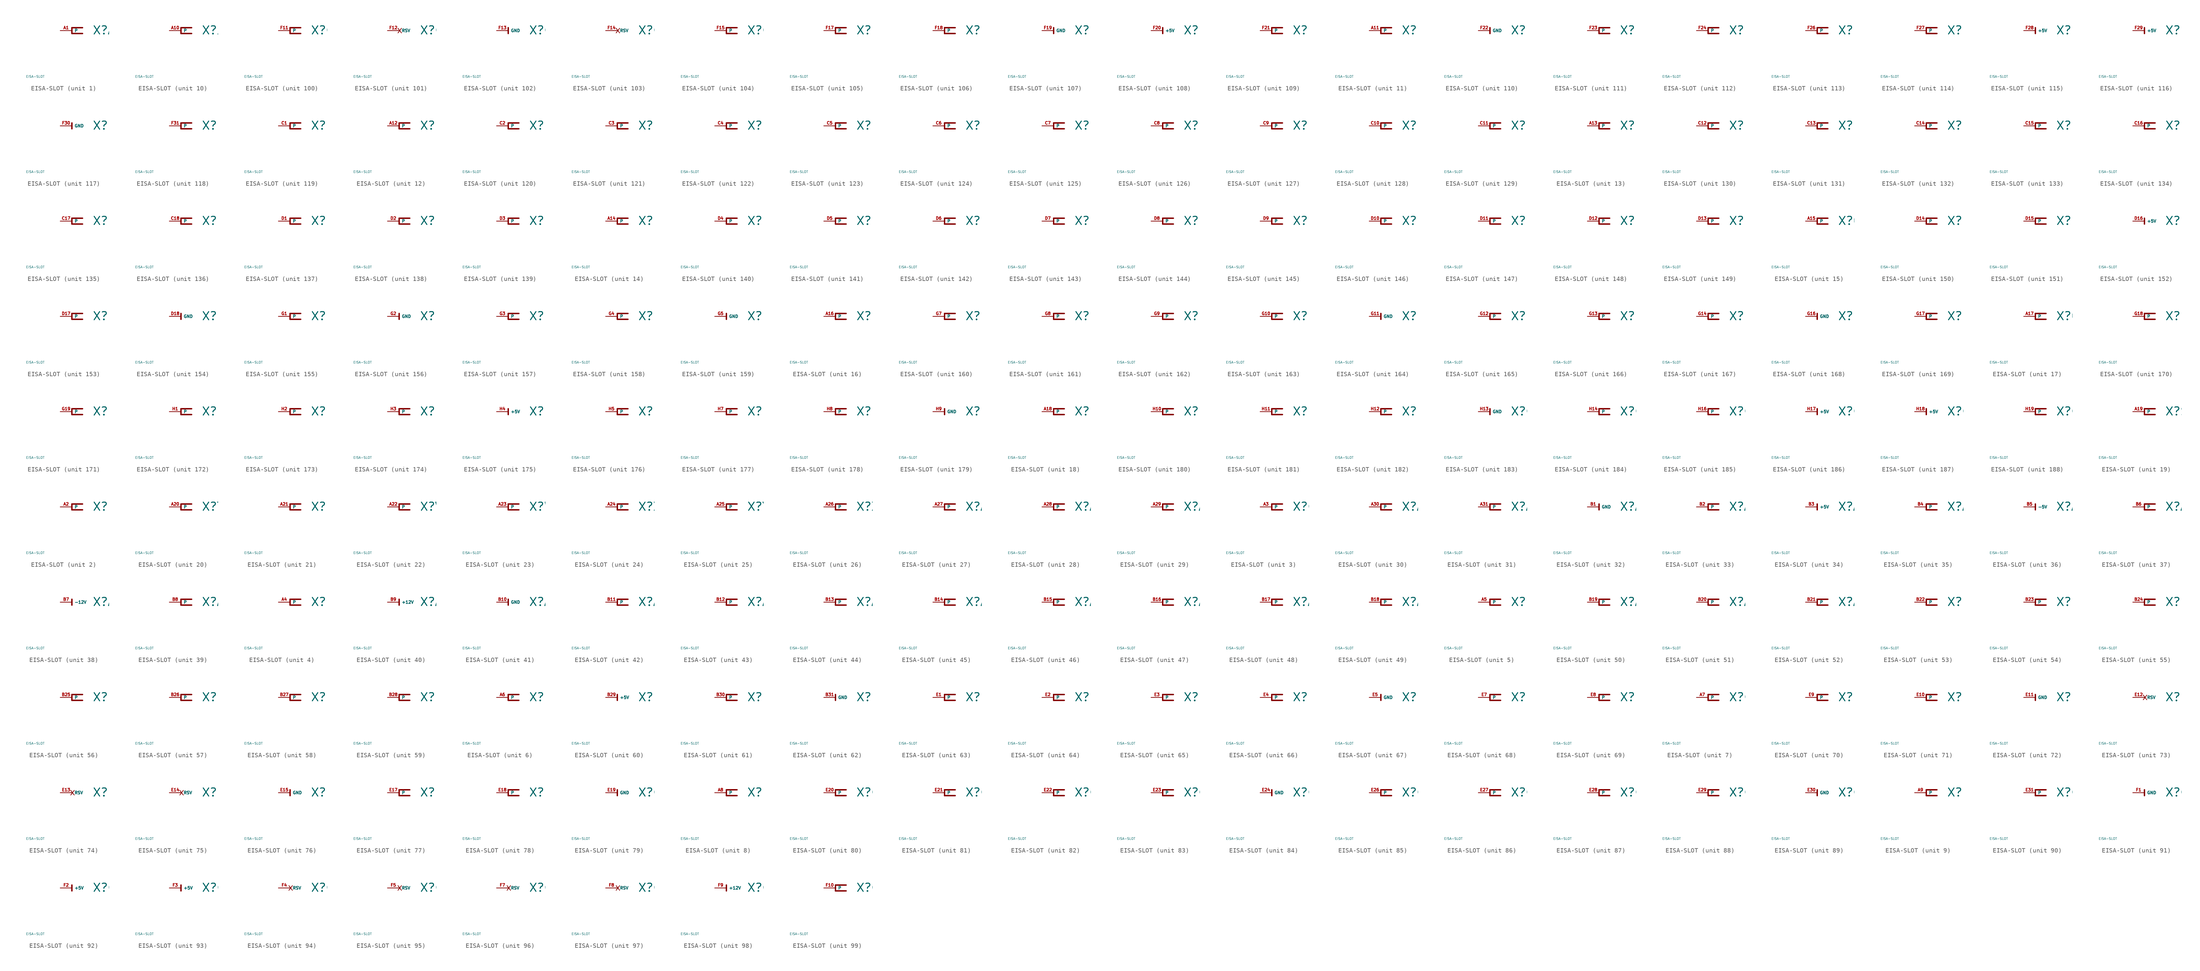
<source format=kicad_sym>
(kicad_symbol_lib
  (version 20220914)
  (generator Eagle2Kicad)
  (symbol "EISA-SLOT"
    (property "Reference" "X"
      (at 4.445 -0.965 0)
      (effects (font (size 1.778 1.778) (thickness 0.22)) (justify left bottom)))
    (property "Value" "EISA-SLOT"
      (at -10 -10 0)
      (effects (font (size 0.5 0.5) (thickness 0.06)) (justify left)))
    (symbol "EISA-SLOT_1_0"
      (polyline (pts (xy 0 0.635) (xy 2.311 0.635)) (stroke (width 0.305) (type default)) (fill (type none)))
      (polyline (pts (xy 2.311 -0.635) (xy 0 -0.635)) (stroke (width 0.305) (type default)) (fill (type none)))
      (polyline (pts (xy 0 -0.635) (xy 0 0.635)) (stroke (width 0.305) (type default)) (fill (type none)))
      (pin passive line (at -2.54 0 0) (length 2.54) (name "P" (effects (font (size 0.635 0.635) (thickness 0.08)) (justify left bottom))) (number "A1" (effects (font (size 0.635 0.635) (thickness 0.08)) (justify left bottom)))))
    (symbol "EISA-SLOT_2_0"
      (polyline (pts (xy 0 0.635) (xy 2.311 0.635)) (stroke (width 0.305) (type default)) (fill (type none)))
      (polyline (pts (xy 2.311 -0.635) (xy 0 -0.635)) (stroke (width 0.305) (type default)) (fill (type none)))
      (polyline (pts (xy 0 -0.635) (xy 0 0.635)) (stroke (width 0.305) (type default)) (fill (type none)))
      (pin passive line (at -2.54 0 0) (length 2.54) (name "P" (effects (font (size 0.635 0.635) (thickness 0.08)) (justify left bottom))) (number "A2" (effects (font (size 0.635 0.635) (thickness 0.08)) (justify left bottom)))))
    (symbol "EISA-SLOT_3_0"
      (polyline (pts (xy 0 0.635) (xy 2.311 0.635)) (stroke (width 0.305) (type default)) (fill (type none)))
      (polyline (pts (xy 2.311 -0.635) (xy 0 -0.635)) (stroke (width 0.305) (type default)) (fill (type none)))
      (polyline (pts (xy 0 -0.635) (xy 0 0.635)) (stroke (width 0.305) (type default)) (fill (type none)))
      (pin passive line (at -2.54 0 0) (length 2.54) (name "P" (effects (font (size 0.635 0.635) (thickness 0.08)) (justify left bottom))) (number "A3" (effects (font (size 0.635 0.635) (thickness 0.08)) (justify left bottom)))))
    (symbol "EISA-SLOT_4_0"
      (polyline (pts (xy 0 0.635) (xy 2.311 0.635)) (stroke (width 0.305) (type default)) (fill (type none)))
      (polyline (pts (xy 2.311 -0.635) (xy 0 -0.635)) (stroke (width 0.305) (type default)) (fill (type none)))
      (polyline (pts (xy 0 -0.635) (xy 0 0.635)) (stroke (width 0.305) (type default)) (fill (type none)))
      (pin passive line (at -2.54 0 0) (length 2.54) (name "P" (effects (font (size 0.635 0.635) (thickness 0.08)) (justify left bottom))) (number "A4" (effects (font (size 0.635 0.635) (thickness 0.08)) (justify left bottom)))))
    (symbol "EISA-SLOT_5_0"
      (polyline (pts (xy 0 0.635) (xy 2.311 0.635)) (stroke (width 0.305) (type default)) (fill (type none)))
      (polyline (pts (xy 2.311 -0.635) (xy 0 -0.635)) (stroke (width 0.305) (type default)) (fill (type none)))
      (polyline (pts (xy 0 -0.635) (xy 0 0.635)) (stroke (width 0.305) (type default)) (fill (type none)))
      (pin passive line (at -2.54 0 0) (length 2.54) (name "P" (effects (font (size 0.635 0.635) (thickness 0.08)) (justify left bottom))) (number "A5" (effects (font (size 0.635 0.635) (thickness 0.08)) (justify left bottom)))))
    (symbol "EISA-SLOT_6_0"
      (polyline (pts (xy 0 0.635) (xy 2.311 0.635)) (stroke (width 0.305) (type default)) (fill (type none)))
      (polyline (pts (xy 2.311 -0.635) (xy 0 -0.635)) (stroke (width 0.305) (type default)) (fill (type none)))
      (polyline (pts (xy 0 -0.635) (xy 0 0.635)) (stroke (width 0.305) (type default)) (fill (type none)))
      (pin passive line (at -2.54 0 0) (length 2.54) (name "P" (effects (font (size 0.635 0.635) (thickness 0.08)) (justify left bottom))) (number "A6" (effects (font (size 0.635 0.635) (thickness 0.08)) (justify left bottom)))))
    (symbol "EISA-SLOT_7_0"
      (polyline (pts (xy 0 0.635) (xy 2.311 0.635)) (stroke (width 0.305) (type default)) (fill (type none)))
      (polyline (pts (xy 2.311 -0.635) (xy 0 -0.635)) (stroke (width 0.305) (type default)) (fill (type none)))
      (polyline (pts (xy 0 -0.635) (xy 0 0.635)) (stroke (width 0.305) (type default)) (fill (type none)))
      (pin passive line (at -2.54 0 0) (length 2.54) (name "P" (effects (font (size 0.635 0.635) (thickness 0.08)) (justify left bottom))) (number "A7" (effects (font (size 0.635 0.635) (thickness 0.08)) (justify left bottom)))))
    (symbol "EISA-SLOT_8_0"
      (polyline (pts (xy 0 0.635) (xy 2.311 0.635)) (stroke (width 0.305) (type default)) (fill (type none)))
      (polyline (pts (xy 2.311 -0.635) (xy 0 -0.635)) (stroke (width 0.305) (type default)) (fill (type none)))
      (polyline (pts (xy 0 -0.635) (xy 0 0.635)) (stroke (width 0.305) (type default)) (fill (type none)))
      (pin passive line (at -2.54 0 0) (length 2.54) (name "P" (effects (font (size 0.635 0.635) (thickness 0.08)) (justify left bottom))) (number "A8" (effects (font (size 0.635 0.635) (thickness 0.08)) (justify left bottom)))))
    (symbol "EISA-SLOT_9_0"
      (polyline (pts (xy 0 0.635) (xy 2.311 0.635)) (stroke (width 0.305) (type default)) (fill (type none)))
      (polyline (pts (xy 2.311 -0.635) (xy 0 -0.635)) (stroke (width 0.305) (type default)) (fill (type none)))
      (polyline (pts (xy 0 -0.635) (xy 0 0.635)) (stroke (width 0.305) (type default)) (fill (type none)))
      (pin passive line (at -2.54 0 0) (length 2.54) (name "P" (effects (font (size 0.635 0.635) (thickness 0.08)) (justify left bottom))) (number "A9" (effects (font (size 0.635 0.635) (thickness 0.08)) (justify left bottom)))))
    (symbol "EISA-SLOT_10_0"
      (polyline (pts (xy 0 0.635) (xy 2.311 0.635)) (stroke (width 0.305) (type default)) (fill (type none)))
      (polyline (pts (xy 2.311 -0.635) (xy 0 -0.635)) (stroke (width 0.305) (type default)) (fill (type none)))
      (polyline (pts (xy 0 -0.635) (xy 0 0.635)) (stroke (width 0.305) (type default)) (fill (type none)))
      (pin passive line (at -2.54 0 0) (length 2.54) (name "P" (effects (font (size 0.635 0.635) (thickness 0.08)) (justify left bottom))) (number "A10" (effects (font (size 0.635 0.635) (thickness 0.08)) (justify left bottom)))))
    (symbol "EISA-SLOT_11_0"
      (polyline (pts (xy 0 0.635) (xy 2.311 0.635)) (stroke (width 0.305) (type default)) (fill (type none)))
      (polyline (pts (xy 2.311 -0.635) (xy 0 -0.635)) (stroke (width 0.305) (type default)) (fill (type none)))
      (polyline (pts (xy 0 -0.635) (xy 0 0.635)) (stroke (width 0.305) (type default)) (fill (type none)))
      (pin passive line (at -2.54 0 0) (length 2.54) (name "P" (effects (font (size 0.635 0.635) (thickness 0.08)) (justify left bottom))) (number "A11" (effects (font (size 0.635 0.635) (thickness 0.08)) (justify left bottom)))))
    (symbol "EISA-SLOT_12_0"
      (polyline (pts (xy 0 0.635) (xy 2.311 0.635)) (stroke (width 0.305) (type default)) (fill (type none)))
      (polyline (pts (xy 2.311 -0.635) (xy 0 -0.635)) (stroke (width 0.305) (type default)) (fill (type none)))
      (polyline (pts (xy 0 -0.635) (xy 0 0.635)) (stroke (width 0.305) (type default)) (fill (type none)))
      (pin passive line (at -2.54 0 0) (length 2.54) (name "P" (effects (font (size 0.635 0.635) (thickness 0.08)) (justify left bottom))) (number "A12" (effects (font (size 0.635 0.635) (thickness 0.08)) (justify left bottom)))))
    (symbol "EISA-SLOT_13_0"
      (polyline (pts (xy 0 0.635) (xy 2.311 0.635)) (stroke (width 0.305) (type default)) (fill (type none)))
      (polyline (pts (xy 2.311 -0.635) (xy 0 -0.635)) (stroke (width 0.305) (type default)) (fill (type none)))
      (polyline (pts (xy 0 -0.635) (xy 0 0.635)) (stroke (width 0.305) (type default)) (fill (type none)))
      (pin passive line (at -2.54 0 0) (length 2.54) (name "P" (effects (font (size 0.635 0.635) (thickness 0.08)) (justify left bottom))) (number "A13" (effects (font (size 0.635 0.635) (thickness 0.08)) (justify left bottom)))))
    (symbol "EISA-SLOT_14_0"
      (polyline (pts (xy 0 0.635) (xy 2.311 0.635)) (stroke (width 0.305) (type default)) (fill (type none)))
      (polyline (pts (xy 2.311 -0.635) (xy 0 -0.635)) (stroke (width 0.305) (type default)) (fill (type none)))
      (polyline (pts (xy 0 -0.635) (xy 0 0.635)) (stroke (width 0.305) (type default)) (fill (type none)))
      (pin passive line (at -2.54 0 0) (length 2.54) (name "P" (effects (font (size 0.635 0.635) (thickness 0.08)) (justify left bottom))) (number "A14" (effects (font (size 0.635 0.635) (thickness 0.08)) (justify left bottom)))))
    (symbol "EISA-SLOT_15_0"
      (polyline (pts (xy 0 0.635) (xy 2.311 0.635)) (stroke (width 0.305) (type default)) (fill (type none)))
      (polyline (pts (xy 2.311 -0.635) (xy 0 -0.635)) (stroke (width 0.305) (type default)) (fill (type none)))
      (polyline (pts (xy 0 -0.635) (xy 0 0.635)) (stroke (width 0.305) (type default)) (fill (type none)))
      (pin passive line (at -2.54 0 0) (length 2.54) (name "P" (effects (font (size 0.635 0.635) (thickness 0.08)) (justify left bottom))) (number "A15" (effects (font (size 0.635 0.635) (thickness 0.08)) (justify left bottom)))))
    (symbol "EISA-SLOT_16_0"
      (polyline (pts (xy 0 0.635) (xy 2.311 0.635)) (stroke (width 0.305) (type default)) (fill (type none)))
      (polyline (pts (xy 2.311 -0.635) (xy 0 -0.635)) (stroke (width 0.305) (type default)) (fill (type none)))
      (polyline (pts (xy 0 -0.635) (xy 0 0.635)) (stroke (width 0.305) (type default)) (fill (type none)))
      (pin passive line (at -2.54 0 0) (length 2.54) (name "P" (effects (font (size 0.635 0.635) (thickness 0.08)) (justify left bottom))) (number "A16" (effects (font (size 0.635 0.635) (thickness 0.08)) (justify left bottom)))))
    (symbol "EISA-SLOT_17_0"
      (polyline (pts (xy 0 0.635) (xy 2.311 0.635)) (stroke (width 0.305) (type default)) (fill (type none)))
      (polyline (pts (xy 2.311 -0.635) (xy 0 -0.635)) (stroke (width 0.305) (type default)) (fill (type none)))
      (polyline (pts (xy 0 -0.635) (xy 0 0.635)) (stroke (width 0.305) (type default)) (fill (type none)))
      (pin passive line (at -2.54 0 0) (length 2.54) (name "P" (effects (font (size 0.635 0.635) (thickness 0.08)) (justify left bottom))) (number "A17" (effects (font (size 0.635 0.635) (thickness 0.08)) (justify left bottom)))))
    (symbol "EISA-SLOT_18_0"
      (polyline (pts (xy 0 0.635) (xy 2.311 0.635)) (stroke (width 0.305) (type default)) (fill (type none)))
      (polyline (pts (xy 2.311 -0.635) (xy 0 -0.635)) (stroke (width 0.305) (type default)) (fill (type none)))
      (polyline (pts (xy 0 -0.635) (xy 0 0.635)) (stroke (width 0.305) (type default)) (fill (type none)))
      (pin passive line (at -2.54 0 0) (length 2.54) (name "P" (effects (font (size 0.635 0.635) (thickness 0.08)) (justify left bottom))) (number "A18" (effects (font (size 0.635 0.635) (thickness 0.08)) (justify left bottom)))))
    (symbol "EISA-SLOT_19_0"
      (polyline (pts (xy 0 0.635) (xy 2.311 0.635)) (stroke (width 0.305) (type default)) (fill (type none)))
      (polyline (pts (xy 2.311 -0.635) (xy 0 -0.635)) (stroke (width 0.305) (type default)) (fill (type none)))
      (polyline (pts (xy 0 -0.635) (xy 0 0.635)) (stroke (width 0.305) (type default)) (fill (type none)))
      (pin passive line (at -2.54 0 0) (length 2.54) (name "P" (effects (font (size 0.635 0.635) (thickness 0.08)) (justify left bottom))) (number "A19" (effects (font (size 0.635 0.635) (thickness 0.08)) (justify left bottom)))))
    (symbol "EISA-SLOT_20_0"
      (polyline (pts (xy 0 0.635) (xy 2.311 0.635)) (stroke (width 0.305) (type default)) (fill (type none)))
      (polyline (pts (xy 2.311 -0.635) (xy 0 -0.635)) (stroke (width 0.305) (type default)) (fill (type none)))
      (polyline (pts (xy 0 -0.635) (xy 0 0.635)) (stroke (width 0.305) (type default)) (fill (type none)))
      (pin passive line (at -2.54 0 0) (length 2.54) (name "P" (effects (font (size 0.635 0.635) (thickness 0.08)) (justify left bottom))) (number "A20" (effects (font (size 0.635 0.635) (thickness 0.08)) (justify left bottom)))))
    (symbol "EISA-SLOT_21_0"
      (polyline (pts (xy 0 0.635) (xy 2.311 0.635)) (stroke (width 0.305) (type default)) (fill (type none)))
      (polyline (pts (xy 2.311 -0.635) (xy 0 -0.635)) (stroke (width 0.305) (type default)) (fill (type none)))
      (polyline (pts (xy 0 -0.635) (xy 0 0.635)) (stroke (width 0.305) (type default)) (fill (type none)))
      (pin passive line (at -2.54 0 0) (length 2.54) (name "P" (effects (font (size 0.635 0.635) (thickness 0.08)) (justify left bottom))) (number "A21" (effects (font (size 0.635 0.635) (thickness 0.08)) (justify left bottom)))))
    (symbol "EISA-SLOT_22_0"
      (polyline (pts (xy 0 0.635) (xy 2.311 0.635)) (stroke (width 0.305) (type default)) (fill (type none)))
      (polyline (pts (xy 2.311 -0.635) (xy 0 -0.635)) (stroke (width 0.305) (type default)) (fill (type none)))
      (polyline (pts (xy 0 -0.635) (xy 0 0.635)) (stroke (width 0.305) (type default)) (fill (type none)))
      (pin passive line (at -2.54 0 0) (length 2.54) (name "P" (effects (font (size 0.635 0.635) (thickness 0.08)) (justify left bottom))) (number "A22" (effects (font (size 0.635 0.635) (thickness 0.08)) (justify left bottom)))))
    (symbol "EISA-SLOT_23_0"
      (polyline (pts (xy 0 0.635) (xy 2.311 0.635)) (stroke (width 0.305) (type default)) (fill (type none)))
      (polyline (pts (xy 2.311 -0.635) (xy 0 -0.635)) (stroke (width 0.305) (type default)) (fill (type none)))
      (polyline (pts (xy 0 -0.635) (xy 0 0.635)) (stroke (width 0.305) (type default)) (fill (type none)))
      (pin passive line (at -2.54 0 0) (length 2.54) (name "P" (effects (font (size 0.635 0.635) (thickness 0.08)) (justify left bottom))) (number "A23" (effects (font (size 0.635 0.635) (thickness 0.08)) (justify left bottom)))))
    (symbol "EISA-SLOT_24_0"
      (polyline (pts (xy 0 0.635) (xy 2.311 0.635)) (stroke (width 0.305) (type default)) (fill (type none)))
      (polyline (pts (xy 2.311 -0.635) (xy 0 -0.635)) (stroke (width 0.305) (type default)) (fill (type none)))
      (polyline (pts (xy 0 -0.635) (xy 0 0.635)) (stroke (width 0.305) (type default)) (fill (type none)))
      (pin passive line (at -2.54 0 0) (length 2.54) (name "P" (effects (font (size 0.635 0.635) (thickness 0.08)) (justify left bottom))) (number "A24" (effects (font (size 0.635 0.635) (thickness 0.08)) (justify left bottom)))))
    (symbol "EISA-SLOT_25_0"
      (polyline (pts (xy 0 0.635) (xy 2.311 0.635)) (stroke (width 0.305) (type default)) (fill (type none)))
      (polyline (pts (xy 2.311 -0.635) (xy 0 -0.635)) (stroke (width 0.305) (type default)) (fill (type none)))
      (polyline (pts (xy 0 -0.635) (xy 0 0.635)) (stroke (width 0.305) (type default)) (fill (type none)))
      (pin passive line (at -2.54 0 0) (length 2.54) (name "P" (effects (font (size 0.635 0.635) (thickness 0.08)) (justify left bottom))) (number "A25" (effects (font (size 0.635 0.635) (thickness 0.08)) (justify left bottom)))))
    (symbol "EISA-SLOT_26_0"
      (polyline (pts (xy 0 0.635) (xy 2.311 0.635)) (stroke (width 0.305) (type default)) (fill (type none)))
      (polyline (pts (xy 2.311 -0.635) (xy 0 -0.635)) (stroke (width 0.305) (type default)) (fill (type none)))
      (polyline (pts (xy 0 -0.635) (xy 0 0.635)) (stroke (width 0.305) (type default)) (fill (type none)))
      (pin passive line (at -2.54 0 0) (length 2.54) (name "P" (effects (font (size 0.635 0.635) (thickness 0.08)) (justify left bottom))) (number "A26" (effects (font (size 0.635 0.635) (thickness 0.08)) (justify left bottom)))))
    (symbol "EISA-SLOT_27_0"
      (polyline (pts (xy 0 0.635) (xy 2.311 0.635)) (stroke (width 0.305) (type default)) (fill (type none)))
      (polyline (pts (xy 2.311 -0.635) (xy 0 -0.635)) (stroke (width 0.305) (type default)) (fill (type none)))
      (polyline (pts (xy 0 -0.635) (xy 0 0.635)) (stroke (width 0.305) (type default)) (fill (type none)))
      (pin passive line (at -2.54 0 0) (length 2.54) (name "P" (effects (font (size 0.635 0.635) (thickness 0.08)) (justify left bottom))) (number "A27" (effects (font (size 0.635 0.635) (thickness 0.08)) (justify left bottom)))))
    (symbol "EISA-SLOT_28_0"
      (polyline (pts (xy 0 0.635) (xy 2.311 0.635)) (stroke (width 0.305) (type default)) (fill (type none)))
      (polyline (pts (xy 2.311 -0.635) (xy 0 -0.635)) (stroke (width 0.305) (type default)) (fill (type none)))
      (polyline (pts (xy 0 -0.635) (xy 0 0.635)) (stroke (width 0.305) (type default)) (fill (type none)))
      (pin passive line (at -2.54 0 0) (length 2.54) (name "P" (effects (font (size 0.635 0.635) (thickness 0.08)) (justify left bottom))) (number "A28" (effects (font (size 0.635 0.635) (thickness 0.08)) (justify left bottom)))))
    (symbol "EISA-SLOT_29_0"
      (polyline (pts (xy 0 0.635) (xy 2.311 0.635)) (stroke (width 0.305) (type default)) (fill (type none)))
      (polyline (pts (xy 2.311 -0.635) (xy 0 -0.635)) (stroke (width 0.305) (type default)) (fill (type none)))
      (polyline (pts (xy 0 -0.635) (xy 0 0.635)) (stroke (width 0.305) (type default)) (fill (type none)))
      (pin passive line (at -2.54 0 0) (length 2.54) (name "P" (effects (font (size 0.635 0.635) (thickness 0.08)) (justify left bottom))) (number "A29" (effects (font (size 0.635 0.635) (thickness 0.08)) (justify left bottom)))))
    (symbol "EISA-SLOT_30_0"
      (polyline (pts (xy 0 0.635) (xy 2.311 0.635)) (stroke (width 0.305) (type default)) (fill (type none)))
      (polyline (pts (xy 2.311 -0.635) (xy 0 -0.635)) (stroke (width 0.305) (type default)) (fill (type none)))
      (polyline (pts (xy 0 -0.635) (xy 0 0.635)) (stroke (width 0.305) (type default)) (fill (type none)))
      (pin passive line (at -2.54 0 0) (length 2.54) (name "P" (effects (font (size 0.635 0.635) (thickness 0.08)) (justify left bottom))) (number "A30" (effects (font (size 0.635 0.635) (thickness 0.08)) (justify left bottom)))))
    (symbol "EISA-SLOT_31_0"
      (polyline (pts (xy 0 0.635) (xy 2.311 0.635)) (stroke (width 0.305) (type default)) (fill (type none)))
      (polyline (pts (xy 2.311 -0.635) (xy 0 -0.635)) (stroke (width 0.305) (type default)) (fill (type none)))
      (polyline (pts (xy 0 -0.635) (xy 0 0.635)) (stroke (width 0.305) (type default)) (fill (type none)))
      (pin passive line (at -2.54 0 0) (length 2.54) (name "P" (effects (font (size 0.635 0.635) (thickness 0.08)) (justify left bottom))) (number "A31" (effects (font (size 0.635 0.635) (thickness 0.08)) (justify left bottom)))))
    (symbol "EISA-SLOT_32_0"
      (polyline (pts (xy 0 -0.635) (xy 0 0.635)) (stroke (width 0.305) (type default)) (fill (type none)))
      (pin unspecified line (at -2.54 0 0) (length 2.54) (name "GND" (effects (font (size 0.635 0.635) (thickness 0.08)) (justify left bottom))) (number "B1" (effects (font (size 0.635 0.635) (thickness 0.08)) (justify left bottom)))))
    (symbol "EISA-SLOT_33_0"
      (polyline (pts (xy 0 0.635) (xy 2.311 0.635)) (stroke (width 0.305) (type default)) (fill (type none)))
      (polyline (pts (xy 2.311 -0.635) (xy 0 -0.635)) (stroke (width 0.305) (type default)) (fill (type none)))
      (polyline (pts (xy 0 -0.635) (xy 0 0.635)) (stroke (width 0.305) (type default)) (fill (type none)))
      (pin passive line (at -2.54 0 0) (length 2.54) (name "P" (effects (font (size 0.635 0.635) (thickness 0.08)) (justify left bottom))) (number "B2" (effects (font (size 0.635 0.635) (thickness 0.08)) (justify left bottom)))))
    (symbol "EISA-SLOT_34_0"
      (polyline (pts (xy 0 -0.635) (xy 0 0.635)) (stroke (width 0.305) (type default)) (fill (type none)))
      (pin unspecified line (at -2.54 0 0) (length 2.54) (name "+5V" (effects (font (size 0.635 0.635) (thickness 0.08)) (justify left bottom))) (number "B3" (effects (font (size 0.635 0.635) (thickness 0.08)) (justify left bottom)))))
    (symbol "EISA-SLOT_35_0"
      (polyline (pts (xy 0 0.635) (xy 2.311 0.635)) (stroke (width 0.305) (type default)) (fill (type none)))
      (polyline (pts (xy 2.311 -0.635) (xy 0 -0.635)) (stroke (width 0.305) (type default)) (fill (type none)))
      (polyline (pts (xy 0 -0.635) (xy 0 0.635)) (stroke (width 0.305) (type default)) (fill (type none)))
      (pin passive line (at -2.54 0 0) (length 2.54) (name "P" (effects (font (size 0.635 0.635) (thickness 0.08)) (justify left bottom))) (number "B4" (effects (font (size 0.635 0.635) (thickness 0.08)) (justify left bottom)))))
    (symbol "EISA-SLOT_36_0"
      (polyline (pts (xy 0 -0.635) (xy 0 0.635)) (stroke (width 0.305) (type default)) (fill (type none)))
      (pin unspecified line (at -2.54 0 0) (length 2.54) (name "-5V" (effects (font (size 0.635 0.635) (thickness 0.08)) (justify left bottom))) (number "B5" (effects (font (size 0.635 0.635) (thickness 0.08)) (justify left bottom)))))
    (symbol "EISA-SLOT_37_0"
      (polyline (pts (xy 0 0.635) (xy 2.311 0.635)) (stroke (width 0.305) (type default)) (fill (type none)))
      (polyline (pts (xy 2.311 -0.635) (xy 0 -0.635)) (stroke (width 0.305) (type default)) (fill (type none)))
      (polyline (pts (xy 0 -0.635) (xy 0 0.635)) (stroke (width 0.305) (type default)) (fill (type none)))
      (pin passive line (at -2.54 0 0) (length 2.54) (name "P" (effects (font (size 0.635 0.635) (thickness 0.08)) (justify left bottom))) (number "B6" (effects (font (size 0.635 0.635) (thickness 0.08)) (justify left bottom)))))
    (symbol "EISA-SLOT_38_0"
      (polyline (pts (xy 0 -0.635) (xy 0 0.635)) (stroke (width 0.305) (type default)) (fill (type none)))
      (pin unspecified line (at -2.54 0 0) (length 2.54) (name "-12V" (effects (font (size 0.635 0.635) (thickness 0.08)) (justify left bottom))) (number "B7" (effects (font (size 0.635 0.635) (thickness 0.08)) (justify left bottom)))))
    (symbol "EISA-SLOT_39_0"
      (polyline (pts (xy 0 0.635) (xy 2.311 0.635)) (stroke (width 0.305) (type default)) (fill (type none)))
      (polyline (pts (xy 2.311 -0.635) (xy 0 -0.635)) (stroke (width 0.305) (type default)) (fill (type none)))
      (polyline (pts (xy 0 -0.635) (xy 0 0.635)) (stroke (width 0.305) (type default)) (fill (type none)))
      (pin passive line (at -2.54 0 0) (length 2.54) (name "P" (effects (font (size 0.635 0.635) (thickness 0.08)) (justify left bottom))) (number "B8" (effects (font (size 0.635 0.635) (thickness 0.08)) (justify left bottom)))))
    (symbol "EISA-SLOT_40_0"
      (polyline (pts (xy 0 -0.635) (xy 0 0.635)) (stroke (width 0.305) (type default)) (fill (type none)))
      (pin unspecified line (at -2.54 0 0) (length 2.54) (name "+12V" (effects (font (size 0.635 0.635) (thickness 0.08)) (justify left bottom))) (number "B9" (effects (font (size 0.635 0.635) (thickness 0.08)) (justify left bottom)))))
    (symbol "EISA-SLOT_41_0"
      (polyline (pts (xy 0 -0.635) (xy 0 0.635)) (stroke (width 0.305) (type default)) (fill (type none)))
      (pin unspecified line (at -2.54 0 0) (length 2.54) (name "GND" (effects (font (size 0.635 0.635) (thickness 0.08)) (justify left bottom))) (number "B10" (effects (font (size 0.635 0.635) (thickness 0.08)) (justify left bottom)))))
    (symbol "EISA-SLOT_42_0"
      (polyline (pts (xy 0 0.635) (xy 2.311 0.635)) (stroke (width 0.305) (type default)) (fill (type none)))
      (polyline (pts (xy 2.311 -0.635) (xy 0 -0.635)) (stroke (width 0.305) (type default)) (fill (type none)))
      (polyline (pts (xy 0 -0.635) (xy 0 0.635)) (stroke (width 0.305) (type default)) (fill (type none)))
      (pin passive line (at -2.54 0 0) (length 2.54) (name "P" (effects (font (size 0.635 0.635) (thickness 0.08)) (justify left bottom))) (number "B11" (effects (font (size 0.635 0.635) (thickness 0.08)) (justify left bottom)))))
    (symbol "EISA-SLOT_43_0"
      (polyline (pts (xy 0 0.635) (xy 2.311 0.635)) (stroke (width 0.305) (type default)) (fill (type none)))
      (polyline (pts (xy 2.311 -0.635) (xy 0 -0.635)) (stroke (width 0.305) (type default)) (fill (type none)))
      (polyline (pts (xy 0 -0.635) (xy 0 0.635)) (stroke (width 0.305) (type default)) (fill (type none)))
      (pin passive line (at -2.54 0 0) (length 2.54) (name "P" (effects (font (size 0.635 0.635) (thickness 0.08)) (justify left bottom))) (number "B12" (effects (font (size 0.635 0.635) (thickness 0.08)) (justify left bottom)))))
    (symbol "EISA-SLOT_44_0"
      (polyline (pts (xy 0 0.635) (xy 2.311 0.635)) (stroke (width 0.305) (type default)) (fill (type none)))
      (polyline (pts (xy 2.311 -0.635) (xy 0 -0.635)) (stroke (width 0.305) (type default)) (fill (type none)))
      (polyline (pts (xy 0 -0.635) (xy 0 0.635)) (stroke (width 0.305) (type default)) (fill (type none)))
      (pin passive line (at -2.54 0 0) (length 2.54) (name "P" (effects (font (size 0.635 0.635) (thickness 0.08)) (justify left bottom))) (number "B13" (effects (font (size 0.635 0.635) (thickness 0.08)) (justify left bottom)))))
    (symbol "EISA-SLOT_45_0"
      (polyline (pts (xy 0 0.635) (xy 2.311 0.635)) (stroke (width 0.305) (type default)) (fill (type none)))
      (polyline (pts (xy 2.311 -0.635) (xy 0 -0.635)) (stroke (width 0.305) (type default)) (fill (type none)))
      (polyline (pts (xy 0 -0.635) (xy 0 0.635)) (stroke (width 0.305) (type default)) (fill (type none)))
      (pin passive line (at -2.54 0 0) (length 2.54) (name "P" (effects (font (size 0.635 0.635) (thickness 0.08)) (justify left bottom))) (number "B14" (effects (font (size 0.635 0.635) (thickness 0.08)) (justify left bottom)))))
    (symbol "EISA-SLOT_46_0"
      (polyline (pts (xy 0 0.635) (xy 2.311 0.635)) (stroke (width 0.305) (type default)) (fill (type none)))
      (polyline (pts (xy 2.311 -0.635) (xy 0 -0.635)) (stroke (width 0.305) (type default)) (fill (type none)))
      (polyline (pts (xy 0 -0.635) (xy 0 0.635)) (stroke (width 0.305) (type default)) (fill (type none)))
      (pin passive line (at -2.54 0 0) (length 2.54) (name "P" (effects (font (size 0.635 0.635) (thickness 0.08)) (justify left bottom))) (number "B15" (effects (font (size 0.635 0.635) (thickness 0.08)) (justify left bottom)))))
    (symbol "EISA-SLOT_47_0"
      (polyline (pts (xy 0 0.635) (xy 2.311 0.635)) (stroke (width 0.305) (type default)) (fill (type none)))
      (polyline (pts (xy 2.311 -0.635) (xy 0 -0.635)) (stroke (width 0.305) (type default)) (fill (type none)))
      (polyline (pts (xy 0 -0.635) (xy 0 0.635)) (stroke (width 0.305) (type default)) (fill (type none)))
      (pin passive line (at -2.54 0 0) (length 2.54) (name "P" (effects (font (size 0.635 0.635) (thickness 0.08)) (justify left bottom))) (number "B16" (effects (font (size 0.635 0.635) (thickness 0.08)) (justify left bottom)))))
    (symbol "EISA-SLOT_48_0"
      (polyline (pts (xy 0 0.635) (xy 2.311 0.635)) (stroke (width 0.305) (type default)) (fill (type none)))
      (polyline (pts (xy 2.311 -0.635) (xy 0 -0.635)) (stroke (width 0.305) (type default)) (fill (type none)))
      (polyline (pts (xy 0 -0.635) (xy 0 0.635)) (stroke (width 0.305) (type default)) (fill (type none)))
      (pin passive line (at -2.54 0 0) (length 2.54) (name "P" (effects (font (size 0.635 0.635) (thickness 0.08)) (justify left bottom))) (number "B17" (effects (font (size 0.635 0.635) (thickness 0.08)) (justify left bottom)))))
    (symbol "EISA-SLOT_49_0"
      (polyline (pts (xy 0 0.635) (xy 2.311 0.635)) (stroke (width 0.305) (type default)) (fill (type none)))
      (polyline (pts (xy 2.311 -0.635) (xy 0 -0.635)) (stroke (width 0.305) (type default)) (fill (type none)))
      (polyline (pts (xy 0 -0.635) (xy 0 0.635)) (stroke (width 0.305) (type default)) (fill (type none)))
      (pin passive line (at -2.54 0 0) (length 2.54) (name "P" (effects (font (size 0.635 0.635) (thickness 0.08)) (justify left bottom))) (number "B18" (effects (font (size 0.635 0.635) (thickness 0.08)) (justify left bottom)))))
    (symbol "EISA-SLOT_50_0"
      (polyline (pts (xy 0 0.635) (xy 2.311 0.635)) (stroke (width 0.305) (type default)) (fill (type none)))
      (polyline (pts (xy 2.311 -0.635) (xy 0 -0.635)) (stroke (width 0.305) (type default)) (fill (type none)))
      (polyline (pts (xy 0 -0.635) (xy 0 0.635)) (stroke (width 0.305) (type default)) (fill (type none)))
      (pin passive line (at -2.54 0 0) (length 2.54) (name "P" (effects (font (size 0.635 0.635) (thickness 0.08)) (justify left bottom))) (number "B19" (effects (font (size 0.635 0.635) (thickness 0.08)) (justify left bottom)))))
    (symbol "EISA-SLOT_51_0"
      (polyline (pts (xy 0 0.635) (xy 2.311 0.635)) (stroke (width 0.305) (type default)) (fill (type none)))
      (polyline (pts (xy 2.311 -0.635) (xy 0 -0.635)) (stroke (width 0.305) (type default)) (fill (type none)))
      (polyline (pts (xy 0 -0.635) (xy 0 0.635)) (stroke (width 0.305) (type default)) (fill (type none)))
      (pin passive line (at -2.54 0 0) (length 2.54) (name "P" (effects (font (size 0.635 0.635) (thickness 0.08)) (justify left bottom))) (number "B20" (effects (font (size 0.635 0.635) (thickness 0.08)) (justify left bottom)))))
    (symbol "EISA-SLOT_52_0"
      (polyline (pts (xy 0 0.635) (xy 2.311 0.635)) (stroke (width 0.305) (type default)) (fill (type none)))
      (polyline (pts (xy 2.311 -0.635) (xy 0 -0.635)) (stroke (width 0.305) (type default)) (fill (type none)))
      (polyline (pts (xy 0 -0.635) (xy 0 0.635)) (stroke (width 0.305) (type default)) (fill (type none)))
      (pin passive line (at -2.54 0 0) (length 2.54) (name "P" (effects (font (size 0.635 0.635) (thickness 0.08)) (justify left bottom))) (number "B21" (effects (font (size 0.635 0.635) (thickness 0.08)) (justify left bottom)))))
    (symbol "EISA-SLOT_53_0"
      (polyline (pts (xy 0 0.635) (xy 2.311 0.635)) (stroke (width 0.305) (type default)) (fill (type none)))
      (polyline (pts (xy 2.311 -0.635) (xy 0 -0.635)) (stroke (width 0.305) (type default)) (fill (type none)))
      (polyline (pts (xy 0 -0.635) (xy 0 0.635)) (stroke (width 0.305) (type default)) (fill (type none)))
      (pin passive line (at -2.54 0 0) (length 2.54) (name "P" (effects (font (size 0.635 0.635) (thickness 0.08)) (justify left bottom))) (number "B22" (effects (font (size 0.635 0.635) (thickness 0.08)) (justify left bottom)))))
    (symbol "EISA-SLOT_54_0"
      (polyline (pts (xy 0 0.635) (xy 2.311 0.635)) (stroke (width 0.305) (type default)) (fill (type none)))
      (polyline (pts (xy 2.311 -0.635) (xy 0 -0.635)) (stroke (width 0.305) (type default)) (fill (type none)))
      (polyline (pts (xy 0 -0.635) (xy 0 0.635)) (stroke (width 0.305) (type default)) (fill (type none)))
      (pin passive line (at -2.54 0 0) (length 2.54) (name "P" (effects (font (size 0.635 0.635) (thickness 0.08)) (justify left bottom))) (number "B23" (effects (font (size 0.635 0.635) (thickness 0.08)) (justify left bottom)))))
    (symbol "EISA-SLOT_55_0"
      (polyline (pts (xy 0 0.635) (xy 2.311 0.635)) (stroke (width 0.305) (type default)) (fill (type none)))
      (polyline (pts (xy 2.311 -0.635) (xy 0 -0.635)) (stroke (width 0.305) (type default)) (fill (type none)))
      (polyline (pts (xy 0 -0.635) (xy 0 0.635)) (stroke (width 0.305) (type default)) (fill (type none)))
      (pin passive line (at -2.54 0 0) (length 2.54) (name "P" (effects (font (size 0.635 0.635) (thickness 0.08)) (justify left bottom))) (number "B24" (effects (font (size 0.635 0.635) (thickness 0.08)) (justify left bottom)))))
    (symbol "EISA-SLOT_56_0"
      (polyline (pts (xy 0 0.635) (xy 2.311 0.635)) (stroke (width 0.305) (type default)) (fill (type none)))
      (polyline (pts (xy 2.311 -0.635) (xy 0 -0.635)) (stroke (width 0.305) (type default)) (fill (type none)))
      (polyline (pts (xy 0 -0.635) (xy 0 0.635)) (stroke (width 0.305) (type default)) (fill (type none)))
      (pin passive line (at -2.54 0 0) (length 2.54) (name "P" (effects (font (size 0.635 0.635) (thickness 0.08)) (justify left bottom))) (number "B25" (effects (font (size 0.635 0.635) (thickness 0.08)) (justify left bottom)))))
    (symbol "EISA-SLOT_57_0"
      (polyline (pts (xy 0 0.635) (xy 2.311 0.635)) (stroke (width 0.305) (type default)) (fill (type none)))
      (polyline (pts (xy 2.311 -0.635) (xy 0 -0.635)) (stroke (width 0.305) (type default)) (fill (type none)))
      (polyline (pts (xy 0 -0.635) (xy 0 0.635)) (stroke (width 0.305) (type default)) (fill (type none)))
      (pin passive line (at -2.54 0 0) (length 2.54) (name "P" (effects (font (size 0.635 0.635) (thickness 0.08)) (justify left bottom))) (number "B26" (effects (font (size 0.635 0.635) (thickness 0.08)) (justify left bottom)))))
    (symbol "EISA-SLOT_58_0"
      (polyline (pts (xy 0 0.635) (xy 2.311 0.635)) (stroke (width 0.305) (type default)) (fill (type none)))
      (polyline (pts (xy 2.311 -0.635) (xy 0 -0.635)) (stroke (width 0.305) (type default)) (fill (type none)))
      (polyline (pts (xy 0 -0.635) (xy 0 0.635)) (stroke (width 0.305) (type default)) (fill (type none)))
      (pin passive line (at -2.54 0 0) (length 2.54) (name "P" (effects (font (size 0.635 0.635) (thickness 0.08)) (justify left bottom))) (number "B27" (effects (font (size 0.635 0.635) (thickness 0.08)) (justify left bottom)))))
    (symbol "EISA-SLOT_59_0"
      (polyline (pts (xy 0 0.635) (xy 2.311 0.635)) (stroke (width 0.305) (type default)) (fill (type none)))
      (polyline (pts (xy 2.311 -0.635) (xy 0 -0.635)) (stroke (width 0.305) (type default)) (fill (type none)))
      (polyline (pts (xy 0 -0.635) (xy 0 0.635)) (stroke (width 0.305) (type default)) (fill (type none)))
      (pin passive line (at -2.54 0 0) (length 2.54) (name "P" (effects (font (size 0.635 0.635) (thickness 0.08)) (justify left bottom))) (number "B28" (effects (font (size 0.635 0.635) (thickness 0.08)) (justify left bottom)))))
    (symbol "EISA-SLOT_60_0"
      (polyline (pts (xy 0 -0.635) (xy 0 0.635)) (stroke (width 0.305) (type default)) (fill (type none)))
      (pin unspecified line (at -2.54 0 0) (length 2.54) (name "+5V" (effects (font (size 0.635 0.635) (thickness 0.08)) (justify left bottom))) (number "B29" (effects (font (size 0.635 0.635) (thickness 0.08)) (justify left bottom)))))
    (symbol "EISA-SLOT_61_0"
      (polyline (pts (xy 0 0.635) (xy 2.311 0.635)) (stroke (width 0.305) (type default)) (fill (type none)))
      (polyline (pts (xy 2.311 -0.635) (xy 0 -0.635)) (stroke (width 0.305) (type default)) (fill (type none)))
      (polyline (pts (xy 0 -0.635) (xy 0 0.635)) (stroke (width 0.305) (type default)) (fill (type none)))
      (pin passive line (at -2.54 0 0) (length 2.54) (name "P" (effects (font (size 0.635 0.635) (thickness 0.08)) (justify left bottom))) (number "B30" (effects (font (size 0.635 0.635) (thickness 0.08)) (justify left bottom)))))
    (symbol "EISA-SLOT_62_0"
      (polyline (pts (xy 0 -0.635) (xy 0 0.635)) (stroke (width 0.305) (type default)) (fill (type none)))
      (pin unspecified line (at -2.54 0 0) (length 2.54) (name "GND" (effects (font (size 0.635 0.635) (thickness 0.08)) (justify left bottom))) (number "B31" (effects (font (size 0.635 0.635) (thickness 0.08)) (justify left bottom)))))
    (symbol "EISA-SLOT_63_0"
      (polyline (pts (xy 0 0.635) (xy 2.311 0.635)) (stroke (width 0.305) (type default)) (fill (type none)))
      (polyline (pts (xy 2.311 -0.635) (xy 0 -0.635)) (stroke (width 0.305) (type default)) (fill (type none)))
      (polyline (pts (xy 0 -0.635) (xy 0 0.635)) (stroke (width 0.305) (type default)) (fill (type none)))
      (pin passive line (at -2.54 0 0) (length 2.54) (name "P" (effects (font (size 0.635 0.635) (thickness 0.08)) (justify left bottom))) (number "E1" (effects (font (size 0.635 0.635) (thickness 0.08)) (justify left bottom)))))
    (symbol "EISA-SLOT_64_0"
      (polyline (pts (xy 0 0.635) (xy 2.311 0.635)) (stroke (width 0.305) (type default)) (fill (type none)))
      (polyline (pts (xy 2.311 -0.635) (xy 0 -0.635)) (stroke (width 0.305) (type default)) (fill (type none)))
      (polyline (pts (xy 0 -0.635) (xy 0 0.635)) (stroke (width 0.305) (type default)) (fill (type none)))
      (pin passive line (at -2.54 0 0) (length 2.54) (name "P" (effects (font (size 0.635 0.635) (thickness 0.08)) (justify left bottom))) (number "E2" (effects (font (size 0.635 0.635) (thickness 0.08)) (justify left bottom)))))
    (symbol "EISA-SLOT_65_0"
      (polyline (pts (xy 0 0.635) (xy 2.311 0.635)) (stroke (width 0.305) (type default)) (fill (type none)))
      (polyline (pts (xy 2.311 -0.635) (xy 0 -0.635)) (stroke (width 0.305) (type default)) (fill (type none)))
      (polyline (pts (xy 0 -0.635) (xy 0 0.635)) (stroke (width 0.305) (type default)) (fill (type none)))
      (pin passive line (at -2.54 0 0) (length 2.54) (name "P" (effects (font (size 0.635 0.635) (thickness 0.08)) (justify left bottom))) (number "E3" (effects (font (size 0.635 0.635) (thickness 0.08)) (justify left bottom)))))
    (symbol "EISA-SLOT_66_0"
      (polyline (pts (xy 0 0.635) (xy 2.311 0.635)) (stroke (width 0.305) (type default)) (fill (type none)))
      (polyline (pts (xy 2.311 -0.635) (xy 0 -0.635)) (stroke (width 0.305) (type default)) (fill (type none)))
      (polyline (pts (xy 0 -0.635) (xy 0 0.635)) (stroke (width 0.305) (type default)) (fill (type none)))
      (pin passive line (at -2.54 0 0) (length 2.54) (name "P" (effects (font (size 0.635 0.635) (thickness 0.08)) (justify left bottom))) (number "E4" (effects (font (size 0.635 0.635) (thickness 0.08)) (justify left bottom)))))
    (symbol "EISA-SLOT_67_0"
      (polyline (pts (xy 0 -0.635) (xy 0 0.635)) (stroke (width 0.305) (type default)) (fill (type none)))
      (pin unspecified line (at -2.54 0 0) (length 2.54) (name "GND" (effects (font (size 0.635 0.635) (thickness 0.08)) (justify left bottom))) (number "E5" (effects (font (size 0.635 0.635) (thickness 0.08)) (justify left bottom)))))
    (symbol "EISA-SLOT_68_0"
      (polyline (pts (xy 0 0.635) (xy 2.311 0.635)) (stroke (width 0.305) (type default)) (fill (type none)))
      (polyline (pts (xy 2.311 -0.635) (xy 0 -0.635)) (stroke (width 0.305) (type default)) (fill (type none)))
      (polyline (pts (xy 0 -0.635) (xy 0 0.635)) (stroke (width 0.305) (type default)) (fill (type none)))
      (pin passive line (at -2.54 0 0) (length 2.54) (name "P" (effects (font (size 0.635 0.635) (thickness 0.08)) (justify left bottom))) (number "E7" (effects (font (size 0.635 0.635) (thickness 0.08)) (justify left bottom)))))
    (symbol "EISA-SLOT_69_0"
      (polyline (pts (xy 0 0.635) (xy 2.311 0.635)) (stroke (width 0.305) (type default)) (fill (type none)))
      (polyline (pts (xy 2.311 -0.635) (xy 0 -0.635)) (stroke (width 0.305) (type default)) (fill (type none)))
      (polyline (pts (xy 0 -0.635) (xy 0 0.635)) (stroke (width 0.305) (type default)) (fill (type none)))
      (pin passive line (at -2.54 0 0) (length 2.54) (name "P" (effects (font (size 0.635 0.635) (thickness 0.08)) (justify left bottom))) (number "E8" (effects (font (size 0.635 0.635) (thickness 0.08)) (justify left bottom)))))
    (symbol "EISA-SLOT_70_0"
      (polyline (pts (xy 0 0.635) (xy 2.311 0.635)) (stroke (width 0.305) (type default)) (fill (type none)))
      (polyline (pts (xy 2.311 -0.635) (xy 0 -0.635)) (stroke (width 0.305) (type default)) (fill (type none)))
      (polyline (pts (xy 0 -0.635) (xy 0 0.635)) (stroke (width 0.305) (type default)) (fill (type none)))
      (pin passive line (at -2.54 0 0) (length 2.54) (name "P" (effects (font (size 0.635 0.635) (thickness 0.08)) (justify left bottom))) (number "E9" (effects (font (size 0.635 0.635) (thickness 0.08)) (justify left bottom)))))
    (symbol "EISA-SLOT_71_0"
      (polyline (pts (xy 0 0.635) (xy 2.311 0.635)) (stroke (width 0.305) (type default)) (fill (type none)))
      (polyline (pts (xy 2.311 -0.635) (xy 0 -0.635)) (stroke (width 0.305) (type default)) (fill (type none)))
      (polyline (pts (xy 0 -0.635) (xy 0 0.635)) (stroke (width 0.305) (type default)) (fill (type none)))
      (pin passive line (at -2.54 0 0) (length 2.54) (name "P" (effects (font (size 0.635 0.635) (thickness 0.08)) (justify left bottom))) (number "E10" (effects (font (size 0.635 0.635) (thickness 0.08)) (justify left bottom)))))
    (symbol "EISA-SLOT_72_0"
      (polyline (pts (xy 0 -0.635) (xy 0 0.635)) (stroke (width 0.305) (type default)) (fill (type none)))
      (pin unspecified line (at -2.54 0 0) (length 2.54) (name "GND" (effects (font (size 0.635 0.635) (thickness 0.08)) (justify left bottom))) (number "E11" (effects (font (size 0.635 0.635) (thickness 0.08)) (justify left bottom)))))
    (symbol "EISA-SLOT_73_0"
      (polyline (pts (xy -0.254 0.508) (xy 0.508 -0.508)) (stroke (width 0.152) (type default)) (fill (type none)))
      (polyline (pts (xy 0.508 0.508) (xy -0.254 -0.508)) (stroke (width 0.152) (type default)) (fill (type none)))
      (pin passive line (at -2.54 0 0) (length 2.54) (name "RSV" (effects (font (size 0.635 0.635) (thickness 0.08)) (justify left bottom))) (number "E12" (effects (font (size 0.635 0.635) (thickness 0.08)) (justify left bottom)))))
    (symbol "EISA-SLOT_74_0"
      (polyline (pts (xy -0.254 0.508) (xy 0.508 -0.508)) (stroke (width 0.152) (type default)) (fill (type none)))
      (polyline (pts (xy 0.508 0.508) (xy -0.254 -0.508)) (stroke (width 0.152) (type default)) (fill (type none)))
      (pin passive line (at -2.54 0 0) (length 2.54) (name "RSV" (effects (font (size 0.635 0.635) (thickness 0.08)) (justify left bottom))) (number "E13" (effects (font (size 0.635 0.635) (thickness 0.08)) (justify left bottom)))))
    (symbol "EISA-SLOT_75_0"
      (polyline (pts (xy -0.254 0.508) (xy 0.508 -0.508)) (stroke (width 0.152) (type default)) (fill (type none)))
      (polyline (pts (xy 0.508 0.508) (xy -0.254 -0.508)) (stroke (width 0.152) (type default)) (fill (type none)))
      (pin passive line (at -2.54 0 0) (length 2.54) (name "RSV" (effects (font (size 0.635 0.635) (thickness 0.08)) (justify left bottom))) (number "E14" (effects (font (size 0.635 0.635) (thickness 0.08)) (justify left bottom)))))
    (symbol "EISA-SLOT_76_0"
      (polyline (pts (xy 0 -0.635) (xy 0 0.635)) (stroke (width 0.305) (type default)) (fill (type none)))
      (pin unspecified line (at -2.54 0 0) (length 2.54) (name "GND" (effects (font (size 0.635 0.635) (thickness 0.08)) (justify left bottom))) (number "E15" (effects (font (size 0.635 0.635) (thickness 0.08)) (justify left bottom)))))
    (symbol "EISA-SLOT_77_0"
      (polyline (pts (xy 0 0.635) (xy 2.311 0.635)) (stroke (width 0.305) (type default)) (fill (type none)))
      (polyline (pts (xy 2.311 -0.635) (xy 0 -0.635)) (stroke (width 0.305) (type default)) (fill (type none)))
      (polyline (pts (xy 0 -0.635) (xy 0 0.635)) (stroke (width 0.305) (type default)) (fill (type none)))
      (pin passive line (at -2.54 0 0) (length 2.54) (name "P" (effects (font (size 0.635 0.635) (thickness 0.08)) (justify left bottom))) (number "E17" (effects (font (size 0.635 0.635) (thickness 0.08)) (justify left bottom)))))
    (symbol "EISA-SLOT_78_0"
      (polyline (pts (xy 0 0.635) (xy 2.311 0.635)) (stroke (width 0.305) (type default)) (fill (type none)))
      (polyline (pts (xy 2.311 -0.635) (xy 0 -0.635)) (stroke (width 0.305) (type default)) (fill (type none)))
      (polyline (pts (xy 0 -0.635) (xy 0 0.635)) (stroke (width 0.305) (type default)) (fill (type none)))
      (pin passive line (at -2.54 0 0) (length 2.54) (name "P" (effects (font (size 0.635 0.635) (thickness 0.08)) (justify left bottom))) (number "E18" (effects (font (size 0.635 0.635) (thickness 0.08)) (justify left bottom)))))
    (symbol "EISA-SLOT_79_0"
      (polyline (pts (xy 0 -0.635) (xy 0 0.635)) (stroke (width 0.305) (type default)) (fill (type none)))
      (pin unspecified line (at -2.54 0 0) (length 2.54) (name "GND" (effects (font (size 0.635 0.635) (thickness 0.08)) (justify left bottom))) (number "E19" (effects (font (size 0.635 0.635) (thickness 0.08)) (justify left bottom)))))
    (symbol "EISA-SLOT_80_0"
      (polyline (pts (xy 0 0.635) (xy 2.311 0.635)) (stroke (width 0.305) (type default)) (fill (type none)))
      (polyline (pts (xy 2.311 -0.635) (xy 0 -0.635)) (stroke (width 0.305) (type default)) (fill (type none)))
      (polyline (pts (xy 0 -0.635) (xy 0 0.635)) (stroke (width 0.305) (type default)) (fill (type none)))
      (pin passive line (at -2.54 0 0) (length 2.54) (name "P" (effects (font (size 0.635 0.635) (thickness 0.08)) (justify left bottom))) (number "E20" (effects (font (size 0.635 0.635) (thickness 0.08)) (justify left bottom)))))
    (symbol "EISA-SLOT_81_0"
      (polyline (pts (xy 0 0.635) (xy 2.311 0.635)) (stroke (width 0.305) (type default)) (fill (type none)))
      (polyline (pts (xy 2.311 -0.635) (xy 0 -0.635)) (stroke (width 0.305) (type default)) (fill (type none)))
      (polyline (pts (xy 0 -0.635) (xy 0 0.635)) (stroke (width 0.305) (type default)) (fill (type none)))
      (pin passive line (at -2.54 0 0) (length 2.54) (name "P" (effects (font (size 0.635 0.635) (thickness 0.08)) (justify left bottom))) (number "E21" (effects (font (size 0.635 0.635) (thickness 0.08)) (justify left bottom)))))
    (symbol "EISA-SLOT_82_0"
      (polyline (pts (xy 0 0.635) (xy 2.311 0.635)) (stroke (width 0.305) (type default)) (fill (type none)))
      (polyline (pts (xy 2.311 -0.635) (xy 0 -0.635)) (stroke (width 0.305) (type default)) (fill (type none)))
      (polyline (pts (xy 0 -0.635) (xy 0 0.635)) (stroke (width 0.305) (type default)) (fill (type none)))
      (pin passive line (at -2.54 0 0) (length 2.54) (name "P" (effects (font (size 0.635 0.635) (thickness 0.08)) (justify left bottom))) (number "E22" (effects (font (size 0.635 0.635) (thickness 0.08)) (justify left bottom)))))
    (symbol "EISA-SLOT_83_0"
      (polyline (pts (xy 0 0.635) (xy 2.311 0.635)) (stroke (width 0.305) (type default)) (fill (type none)))
      (polyline (pts (xy 2.311 -0.635) (xy 0 -0.635)) (stroke (width 0.305) (type default)) (fill (type none)))
      (polyline (pts (xy 0 -0.635) (xy 0 0.635)) (stroke (width 0.305) (type default)) (fill (type none)))
      (pin passive line (at -2.54 0 0) (length 2.54) (name "P" (effects (font (size 0.635 0.635) (thickness 0.08)) (justify left bottom))) (number "E23" (effects (font (size 0.635 0.635) (thickness 0.08)) (justify left bottom)))))
    (symbol "EISA-SLOT_84_0"
      (polyline (pts (xy 0 -0.635) (xy 0 0.635)) (stroke (width 0.305) (type default)) (fill (type none)))
      (pin unspecified line (at -2.54 0 0) (length 2.54) (name "GND" (effects (font (size 0.635 0.635) (thickness 0.08)) (justify left bottom))) (number "E24" (effects (font (size 0.635 0.635) (thickness 0.08)) (justify left bottom)))))
    (symbol "EISA-SLOT_85_0"
      (polyline (pts (xy 0 0.635) (xy 2.311 0.635)) (stroke (width 0.305) (type default)) (fill (type none)))
      (polyline (pts (xy 2.311 -0.635) (xy 0 -0.635)) (stroke (width 0.305) (type default)) (fill (type none)))
      (polyline (pts (xy 0 -0.635) (xy 0 0.635)) (stroke (width 0.305) (type default)) (fill (type none)))
      (pin passive line (at -2.54 0 0) (length 2.54) (name "P" (effects (font (size 0.635 0.635) (thickness 0.08)) (justify left bottom))) (number "E26" (effects (font (size 0.635 0.635) (thickness 0.08)) (justify left bottom)))))
    (symbol "EISA-SLOT_86_0"
      (polyline (pts (xy 0 0.635) (xy 2.311 0.635)) (stroke (width 0.305) (type default)) (fill (type none)))
      (polyline (pts (xy 2.311 -0.635) (xy 0 -0.635)) (stroke (width 0.305) (type default)) (fill (type none)))
      (polyline (pts (xy 0 -0.635) (xy 0 0.635)) (stroke (width 0.305) (type default)) (fill (type none)))
      (pin passive line (at -2.54 0 0) (length 2.54) (name "P" (effects (font (size 0.635 0.635) (thickness 0.08)) (justify left bottom))) (number "E27" (effects (font (size 0.635 0.635) (thickness 0.08)) (justify left bottom)))))
    (symbol "EISA-SLOT_87_0"
      (polyline (pts (xy 0 0.635) (xy 2.311 0.635)) (stroke (width 0.305) (type default)) (fill (type none)))
      (polyline (pts (xy 2.311 -0.635) (xy 0 -0.635)) (stroke (width 0.305) (type default)) (fill (type none)))
      (polyline (pts (xy 0 -0.635) (xy 0 0.635)) (stroke (width 0.305) (type default)) (fill (type none)))
      (pin passive line (at -2.54 0 0) (length 2.54) (name "P" (effects (font (size 0.635 0.635) (thickness 0.08)) (justify left bottom))) (number "E28" (effects (font (size 0.635 0.635) (thickness 0.08)) (justify left bottom)))))
    (symbol "EISA-SLOT_88_0"
      (polyline (pts (xy 0 0.635) (xy 2.311 0.635)) (stroke (width 0.305) (type default)) (fill (type none)))
      (polyline (pts (xy 2.311 -0.635) (xy 0 -0.635)) (stroke (width 0.305) (type default)) (fill (type none)))
      (polyline (pts (xy 0 -0.635) (xy 0 0.635)) (stroke (width 0.305) (type default)) (fill (type none)))
      (pin passive line (at -2.54 0 0) (length 2.54) (name "P" (effects (font (size 0.635 0.635) (thickness 0.08)) (justify left bottom))) (number "E29" (effects (font (size 0.635 0.635) (thickness 0.08)) (justify left bottom)))))
    (symbol "EISA-SLOT_89_0"
      (polyline (pts (xy 0 -0.635) (xy 0 0.635)) (stroke (width 0.305) (type default)) (fill (type none)))
      (pin unspecified line (at -2.54 0 0) (length 2.54) (name "GND" (effects (font (size 0.635 0.635) (thickness 0.08)) (justify left bottom))) (number "E30" (effects (font (size 0.635 0.635) (thickness 0.08)) (justify left bottom)))))
    (symbol "EISA-SLOT_90_0"
      (polyline (pts (xy 0 0.635) (xy 2.311 0.635)) (stroke (width 0.305) (type default)) (fill (type none)))
      (polyline (pts (xy 2.311 -0.635) (xy 0 -0.635)) (stroke (width 0.305) (type default)) (fill (type none)))
      (polyline (pts (xy 0 -0.635) (xy 0 0.635)) (stroke (width 0.305) (type default)) (fill (type none)))
      (pin passive line (at -2.54 0 0) (length 2.54) (name "P" (effects (font (size 0.635 0.635) (thickness 0.08)) (justify left bottom))) (number "E31" (effects (font (size 0.635 0.635) (thickness 0.08)) (justify left bottom)))))
    (symbol "EISA-SLOT_91_0"
      (polyline (pts (xy 0 -0.635) (xy 0 0.635)) (stroke (width 0.305) (type default)) (fill (type none)))
      (pin unspecified line (at -2.54 0 0) (length 2.54) (name "GND" (effects (font (size 0.635 0.635) (thickness 0.08)) (justify left bottom))) (number "F1" (effects (font (size 0.635 0.635) (thickness 0.08)) (justify left bottom)))))
    (symbol "EISA-SLOT_92_0"
      (polyline (pts (xy 0 -0.635) (xy 0 0.635)) (stroke (width 0.305) (type default)) (fill (type none)))
      (pin unspecified line (at -2.54 0 0) (length 2.54) (name "+5V" (effects (font (size 0.635 0.635) (thickness 0.08)) (justify left bottom))) (number "F2" (effects (font (size 0.635 0.635) (thickness 0.08)) (justify left bottom)))))
    (symbol "EISA-SLOT_93_0"
      (polyline (pts (xy 0 -0.635) (xy 0 0.635)) (stroke (width 0.305) (type default)) (fill (type none)))
      (pin unspecified line (at -2.54 0 0) (length 2.54) (name "+5V" (effects (font (size 0.635 0.635) (thickness 0.08)) (justify left bottom))) (number "F3" (effects (font (size 0.635 0.635) (thickness 0.08)) (justify left bottom)))))
    (symbol "EISA-SLOT_94_0"
      (polyline (pts (xy -0.254 0.508) (xy 0.508 -0.508)) (stroke (width 0.152) (type default)) (fill (type none)))
      (polyline (pts (xy 0.508 0.508) (xy -0.254 -0.508)) (stroke (width 0.152) (type default)) (fill (type none)))
      (pin passive line (at -2.54 0 0) (length 2.54) (name "RSV" (effects (font (size 0.635 0.635) (thickness 0.08)) (justify left bottom))) (number "F4" (effects (font (size 0.635 0.635) (thickness 0.08)) (justify left bottom)))))
    (symbol "EISA-SLOT_95_0"
      (polyline (pts (xy -0.254 0.508) (xy 0.508 -0.508)) (stroke (width 0.152) (type default)) (fill (type none)))
      (polyline (pts (xy 0.508 0.508) (xy -0.254 -0.508)) (stroke (width 0.152) (type default)) (fill (type none)))
      (pin passive line (at -2.54 0 0) (length 2.54) (name "RSV" (effects (font (size 0.635 0.635) (thickness 0.08)) (justify left bottom))) (number "F5" (effects (font (size 0.635 0.635) (thickness 0.08)) (justify left bottom)))))
    (symbol "EISA-SLOT_96_0"
      (polyline (pts (xy -0.254 0.508) (xy 0.508 -0.508)) (stroke (width 0.152) (type default)) (fill (type none)))
      (polyline (pts (xy 0.508 0.508) (xy -0.254 -0.508)) (stroke (width 0.152) (type default)) (fill (type none)))
      (pin passive line (at -2.54 0 0) (length 2.54) (name "RSV" (effects (font (size 0.635 0.635) (thickness 0.08)) (justify left bottom))) (number "F7" (effects (font (size 0.635 0.635) (thickness 0.08)) (justify left bottom)))))
    (symbol "EISA-SLOT_97_0"
      (polyline (pts (xy -0.254 0.508) (xy 0.508 -0.508)) (stroke (width 0.152) (type default)) (fill (type none)))
      (polyline (pts (xy 0.508 0.508) (xy -0.254 -0.508)) (stroke (width 0.152) (type default)) (fill (type none)))
      (pin passive line (at -2.54 0 0) (length 2.54) (name "RSV" (effects (font (size 0.635 0.635) (thickness 0.08)) (justify left bottom))) (number "F8" (effects (font (size 0.635 0.635) (thickness 0.08)) (justify left bottom)))))
    (symbol "EISA-SLOT_98_0"
      (polyline (pts (xy 0 -0.635) (xy 0 0.635)) (stroke (width 0.305) (type default)) (fill (type none)))
      (pin unspecified line (at -2.54 0 0) (length 2.54) (name "+12V" (effects (font (size 0.635 0.635) (thickness 0.08)) (justify left bottom))) (number "F9" (effects (font (size 0.635 0.635) (thickness 0.08)) (justify left bottom)))))
    (symbol "EISA-SLOT_99_0"
      (polyline (pts (xy 0 0.635) (xy 2.311 0.635)) (stroke (width 0.305) (type default)) (fill (type none)))
      (polyline (pts (xy 2.311 -0.635) (xy 0 -0.635)) (stroke (width 0.305) (type default)) (fill (type none)))
      (polyline (pts (xy 0 -0.635) (xy 0 0.635)) (stroke (width 0.305) (type default)) (fill (type none)))
      (pin passive line (at -2.54 0 0) (length 2.54) (name "P" (effects (font (size 0.635 0.635) (thickness 0.08)) (justify left bottom))) (number "F10" (effects (font (size 0.635 0.635) (thickness 0.08)) (justify left bottom)))))
    (symbol "EISA-SLOT_100_0"
      (polyline (pts (xy 0 0.635) (xy 2.311 0.635)) (stroke (width 0.305) (type default)) (fill (type none)))
      (polyline (pts (xy 2.311 -0.635) (xy 0 -0.635)) (stroke (width 0.305) (type default)) (fill (type none)))
      (polyline (pts (xy 0 -0.635) (xy 0 0.635)) (stroke (width 0.305) (type default)) (fill (type none)))
      (pin passive line (at -2.54 0 0) (length 2.54) (name "P" (effects (font (size 0.635 0.635) (thickness 0.08)) (justify left bottom))) (number "F11" (effects (font (size 0.635 0.635) (thickness 0.08)) (justify left bottom)))))
    (symbol "EISA-SLOT_101_0"
      (polyline (pts (xy -0.254 0.508) (xy 0.508 -0.508)) (stroke (width 0.152) (type default)) (fill (type none)))
      (polyline (pts (xy 0.508 0.508) (xy -0.254 -0.508)) (stroke (width 0.152) (type default)) (fill (type none)))
      (pin passive line (at -2.54 0 0) (length 2.54) (name "RSV" (effects (font (size 0.635 0.635) (thickness 0.08)) (justify left bottom))) (number "F12" (effects (font (size 0.635 0.635) (thickness 0.08)) (justify left bottom)))))
    (symbol "EISA-SLOT_102_0"
      (polyline (pts (xy 0 -0.635) (xy 0 0.635)) (stroke (width 0.305) (type default)) (fill (type none)))
      (pin unspecified line (at -2.54 0 0) (length 2.54) (name "GND" (effects (font (size 0.635 0.635) (thickness 0.08)) (justify left bottom))) (number "F13" (effects (font (size 0.635 0.635) (thickness 0.08)) (justify left bottom)))))
    (symbol "EISA-SLOT_103_0"
      (polyline (pts (xy -0.254 0.508) (xy 0.508 -0.508)) (stroke (width 0.152) (type default)) (fill (type none)))
      (polyline (pts (xy 0.508 0.508) (xy -0.254 -0.508)) (stroke (width 0.152) (type default)) (fill (type none)))
      (pin passive line (at -2.54 0 0) (length 2.54) (name "RSV" (effects (font (size 0.635 0.635) (thickness 0.08)) (justify left bottom))) (number "F14" (effects (font (size 0.635 0.635) (thickness 0.08)) (justify left bottom)))))
    (symbol "EISA-SLOT_104_0"
      (polyline (pts (xy 0 0.635) (xy 2.311 0.635)) (stroke (width 0.305) (type default)) (fill (type none)))
      (polyline (pts (xy 2.311 -0.635) (xy 0 -0.635)) (stroke (width 0.305) (type default)) (fill (type none)))
      (polyline (pts (xy 0 -0.635) (xy 0 0.635)) (stroke (width 0.305) (type default)) (fill (type none)))
      (pin passive line (at -2.54 0 0) (length 2.54) (name "P" (effects (font (size 0.635 0.635) (thickness 0.08)) (justify left bottom))) (number "F15" (effects (font (size 0.635 0.635) (thickness 0.08)) (justify left bottom)))))
    (symbol "EISA-SLOT_105_0"
      (polyline (pts (xy 0 0.635) (xy 2.311 0.635)) (stroke (width 0.305) (type default)) (fill (type none)))
      (polyline (pts (xy 2.311 -0.635) (xy 0 -0.635)) (stroke (width 0.305) (type default)) (fill (type none)))
      (polyline (pts (xy 0 -0.635) (xy 0 0.635)) (stroke (width 0.305) (type default)) (fill (type none)))
      (pin passive line (at -2.54 0 0) (length 2.54) (name "P" (effects (font (size 0.635 0.635) (thickness 0.08)) (justify left bottom))) (number "F17" (effects (font (size 0.635 0.635) (thickness 0.08)) (justify left bottom)))))
    (symbol "EISA-SLOT_106_0"
      (polyline (pts (xy 0 0.635) (xy 2.311 0.635)) (stroke (width 0.305) (type default)) (fill (type none)))
      (polyline (pts (xy 2.311 -0.635) (xy 0 -0.635)) (stroke (width 0.305) (type default)) (fill (type none)))
      (polyline (pts (xy 0 -0.635) (xy 0 0.635)) (stroke (width 0.305) (type default)) (fill (type none)))
      (pin passive line (at -2.54 0 0) (length 2.54) (name "P" (effects (font (size 0.635 0.635) (thickness 0.08)) (justify left bottom))) (number "F18" (effects (font (size 0.635 0.635) (thickness 0.08)) (justify left bottom)))))
    (symbol "EISA-SLOT_107_0"
      (polyline (pts (xy 0 -0.635) (xy 0 0.635)) (stroke (width 0.305) (type default)) (fill (type none)))
      (pin unspecified line (at -2.54 0 0) (length 2.54) (name "GND" (effects (font (size 0.635 0.635) (thickness 0.08)) (justify left bottom))) (number "F19" (effects (font (size 0.635 0.635) (thickness 0.08)) (justify left bottom)))))
    (symbol "EISA-SLOT_108_0"
      (polyline (pts (xy 0 -0.635) (xy 0 0.635)) (stroke (width 0.305) (type default)) (fill (type none)))
      (pin unspecified line (at -2.54 0 0) (length 2.54) (name "+5V" (effects (font (size 0.635 0.635) (thickness 0.08)) (justify left bottom))) (number "F20" (effects (font (size 0.635 0.635) (thickness 0.08)) (justify left bottom)))))
    (symbol "EISA-SLOT_109_0"
      (polyline (pts (xy 0 0.635) (xy 2.311 0.635)) (stroke (width 0.305) (type default)) (fill (type none)))
      (polyline (pts (xy 2.311 -0.635) (xy 0 -0.635)) (stroke (width 0.305) (type default)) (fill (type none)))
      (polyline (pts (xy 0 -0.635) (xy 0 0.635)) (stroke (width 0.305) (type default)) (fill (type none)))
      (pin passive line (at -2.54 0 0) (length 2.54) (name "P" (effects (font (size 0.635 0.635) (thickness 0.08)) (justify left bottom))) (number "F21" (effects (font (size 0.635 0.635) (thickness 0.08)) (justify left bottom)))))
    (symbol "EISA-SLOT_110_0"
      (polyline (pts (xy 0 -0.635) (xy 0 0.635)) (stroke (width 0.305) (type default)) (fill (type none)))
      (pin unspecified line (at -2.54 0 0) (length 2.54) (name "GND" (effects (font (size 0.635 0.635) (thickness 0.08)) (justify left bottom))) (number "F22" (effects (font (size 0.635 0.635) (thickness 0.08)) (justify left bottom)))))
    (symbol "EISA-SLOT_111_0"
      (polyline (pts (xy 0 0.635) (xy 2.311 0.635)) (stroke (width 0.305) (type default)) (fill (type none)))
      (polyline (pts (xy 2.311 -0.635) (xy 0 -0.635)) (stroke (width 0.305) (type default)) (fill (type none)))
      (polyline (pts (xy 0 -0.635) (xy 0 0.635)) (stroke (width 0.305) (type default)) (fill (type none)))
      (pin passive line (at -2.54 0 0) (length 2.54) (name "P" (effects (font (size 0.635 0.635) (thickness 0.08)) (justify left bottom))) (number "F23" (effects (font (size 0.635 0.635) (thickness 0.08)) (justify left bottom)))))
    (symbol "EISA-SLOT_112_0"
      (polyline (pts (xy 0 0.635) (xy 2.311 0.635)) (stroke (width 0.305) (type default)) (fill (type none)))
      (polyline (pts (xy 2.311 -0.635) (xy 0 -0.635)) (stroke (width 0.305) (type default)) (fill (type none)))
      (polyline (pts (xy 0 -0.635) (xy 0 0.635)) (stroke (width 0.305) (type default)) (fill (type none)))
      (pin passive line (at -2.54 0 0) (length 2.54) (name "P" (effects (font (size 0.635 0.635) (thickness 0.08)) (justify left bottom))) (number "F24" (effects (font (size 0.635 0.635) (thickness 0.08)) (justify left bottom)))))
    (symbol "EISA-SLOT_113_0"
      (polyline (pts (xy 0 0.635) (xy 2.311 0.635)) (stroke (width 0.305) (type default)) (fill (type none)))
      (polyline (pts (xy 2.311 -0.635) (xy 0 -0.635)) (stroke (width 0.305) (type default)) (fill (type none)))
      (polyline (pts (xy 0 -0.635) (xy 0 0.635)) (stroke (width 0.305) (type default)) (fill (type none)))
      (pin passive line (at -2.54 0 0) (length 2.54) (name "P" (effects (font (size 0.635 0.635) (thickness 0.08)) (justify left bottom))) (number "F26" (effects (font (size 0.635 0.635) (thickness 0.08)) (justify left bottom)))))
    (symbol "EISA-SLOT_114_0"
      (polyline (pts (xy 0 0.635) (xy 2.311 0.635)) (stroke (width 0.305) (type default)) (fill (type none)))
      (polyline (pts (xy 2.311 -0.635) (xy 0 -0.635)) (stroke (width 0.305) (type default)) (fill (type none)))
      (polyline (pts (xy 0 -0.635) (xy 0 0.635)) (stroke (width 0.305) (type default)) (fill (type none)))
      (pin passive line (at -2.54 0 0) (length 2.54) (name "P" (effects (font (size 0.635 0.635) (thickness 0.08)) (justify left bottom))) (number "F27" (effects (font (size 0.635 0.635) (thickness 0.08)) (justify left bottom)))))
    (symbol "EISA-SLOT_115_0"
      (polyline (pts (xy 0 -0.635) (xy 0 0.635)) (stroke (width 0.305) (type default)) (fill (type none)))
      (pin unspecified line (at -2.54 0 0) (length 2.54) (name "+5V" (effects (font (size 0.635 0.635) (thickness 0.08)) (justify left bottom))) (number "F28" (effects (font (size 0.635 0.635) (thickness 0.08)) (justify left bottom)))))
    (symbol "EISA-SLOT_116_0"
      (polyline (pts (xy 0 -0.635) (xy 0 0.635)) (stroke (width 0.305) (type default)) (fill (type none)))
      (pin unspecified line (at -2.54 0 0) (length 2.54) (name "+5V" (effects (font (size 0.635 0.635) (thickness 0.08)) (justify left bottom))) (number "F29" (effects (font (size 0.635 0.635) (thickness 0.08)) (justify left bottom)))))
    (symbol "EISA-SLOT_117_0"
      (polyline (pts (xy 0 -0.635) (xy 0 0.635)) (stroke (width 0.305) (type default)) (fill (type none)))
      (pin unspecified line (at -2.54 0 0) (length 2.54) (name "GND" (effects (font (size 0.635 0.635) (thickness 0.08)) (justify left bottom))) (number "F30" (effects (font (size 0.635 0.635) (thickness 0.08)) (justify left bottom)))))
    (symbol "EISA-SLOT_118_0"
      (polyline (pts (xy 0 0.635) (xy 2.311 0.635)) (stroke (width 0.305) (type default)) (fill (type none)))
      (polyline (pts (xy 2.311 -0.635) (xy 0 -0.635)) (stroke (width 0.305) (type default)) (fill (type none)))
      (polyline (pts (xy 0 -0.635) (xy 0 0.635)) (stroke (width 0.305) (type default)) (fill (type none)))
      (pin passive line (at -2.54 0 0) (length 2.54) (name "P" (effects (font (size 0.635 0.635) (thickness 0.08)) (justify left bottom))) (number "F31" (effects (font (size 0.635 0.635) (thickness 0.08)) (justify left bottom)))))
    (symbol "EISA-SLOT_119_0"
      (polyline (pts (xy 0 0.635) (xy 2.311 0.635)) (stroke (width 0.305) (type default)) (fill (type none)))
      (polyline (pts (xy 2.311 -0.635) (xy 0 -0.635)) (stroke (width 0.305) (type default)) (fill (type none)))
      (polyline (pts (xy 0 -0.635) (xy 0 0.635)) (stroke (width 0.305) (type default)) (fill (type none)))
      (pin passive line (at -2.54 0 0) (length 2.54) (name "P" (effects (font (size 0.635 0.635) (thickness 0.08)) (justify left bottom))) (number "C1" (effects (font (size 0.635 0.635) (thickness 0.08)) (justify left bottom)))))
    (symbol "EISA-SLOT_120_0"
      (polyline (pts (xy 0 0.635) (xy 2.311 0.635)) (stroke (width 0.305) (type default)) (fill (type none)))
      (polyline (pts (xy 2.311 -0.635) (xy 0 -0.635)) (stroke (width 0.305) (type default)) (fill (type none)))
      (polyline (pts (xy 0 -0.635) (xy 0 0.635)) (stroke (width 0.305) (type default)) (fill (type none)))
      (pin passive line (at -2.54 0 0) (length 2.54) (name "P" (effects (font (size 0.635 0.635) (thickness 0.08)) (justify left bottom))) (number "C2" (effects (font (size 0.635 0.635) (thickness 0.08)) (justify left bottom)))))
    (symbol "EISA-SLOT_121_0"
      (polyline (pts (xy 0 0.635) (xy 2.311 0.635)) (stroke (width 0.305) (type default)) (fill (type none)))
      (polyline (pts (xy 2.311 -0.635) (xy 0 -0.635)) (stroke (width 0.305) (type default)) (fill (type none)))
      (polyline (pts (xy 0 -0.635) (xy 0 0.635)) (stroke (width 0.305) (type default)) (fill (type none)))
      (pin passive line (at -2.54 0 0) (length 2.54) (name "P" (effects (font (size 0.635 0.635) (thickness 0.08)) (justify left bottom))) (number "C3" (effects (font (size 0.635 0.635) (thickness 0.08)) (justify left bottom)))))
    (symbol "EISA-SLOT_122_0"
      (polyline (pts (xy 0 0.635) (xy 2.311 0.635)) (stroke (width 0.305) (type default)) (fill (type none)))
      (polyline (pts (xy 2.311 -0.635) (xy 0 -0.635)) (stroke (width 0.305) (type default)) (fill (type none)))
      (polyline (pts (xy 0 -0.635) (xy 0 0.635)) (stroke (width 0.305) (type default)) (fill (type none)))
      (pin passive line (at -2.54 0 0) (length 2.54) (name "P" (effects (font (size 0.635 0.635) (thickness 0.08)) (justify left bottom))) (number "C4" (effects (font (size 0.635 0.635) (thickness 0.08)) (justify left bottom)))))
    (symbol "EISA-SLOT_123_0"
      (polyline (pts (xy 0 0.635) (xy 2.311 0.635)) (stroke (width 0.305) (type default)) (fill (type none)))
      (polyline (pts (xy 2.311 -0.635) (xy 0 -0.635)) (stroke (width 0.305) (type default)) (fill (type none)))
      (polyline (pts (xy 0 -0.635) (xy 0 0.635)) (stroke (width 0.305) (type default)) (fill (type none)))
      (pin passive line (at -2.54 0 0) (length 2.54) (name "P" (effects (font (size 0.635 0.635) (thickness 0.08)) (justify left bottom))) (number "C5" (effects (font (size 0.635 0.635) (thickness 0.08)) (justify left bottom)))))
    (symbol "EISA-SLOT_124_0"
      (polyline (pts (xy 0 0.635) (xy 2.311 0.635)) (stroke (width 0.305) (type default)) (fill (type none)))
      (polyline (pts (xy 2.311 -0.635) (xy 0 -0.635)) (stroke (width 0.305) (type default)) (fill (type none)))
      (polyline (pts (xy 0 -0.635) (xy 0 0.635)) (stroke (width 0.305) (type default)) (fill (type none)))
      (pin passive line (at -2.54 0 0) (length 2.54) (name "P" (effects (font (size 0.635 0.635) (thickness 0.08)) (justify left bottom))) (number "C6" (effects (font (size 0.635 0.635) (thickness 0.08)) (justify left bottom)))))
    (symbol "EISA-SLOT_125_0"
      (polyline (pts (xy 0 0.635) (xy 2.311 0.635)) (stroke (width 0.305) (type default)) (fill (type none)))
      (polyline (pts (xy 2.311 -0.635) (xy 0 -0.635)) (stroke (width 0.305) (type default)) (fill (type none)))
      (polyline (pts (xy 0 -0.635) (xy 0 0.635)) (stroke (width 0.305) (type default)) (fill (type none)))
      (pin passive line (at -2.54 0 0) (length 2.54) (name "P" (effects (font (size 0.635 0.635) (thickness 0.08)) (justify left bottom))) (number "C7" (effects (font (size 0.635 0.635) (thickness 0.08)) (justify left bottom)))))
    (symbol "EISA-SLOT_126_0"
      (polyline (pts (xy 0 0.635) (xy 2.311 0.635)) (stroke (width 0.305) (type default)) (fill (type none)))
      (polyline (pts (xy 2.311 -0.635) (xy 0 -0.635)) (stroke (width 0.305) (type default)) (fill (type none)))
      (polyline (pts (xy 0 -0.635) (xy 0 0.635)) (stroke (width 0.305) (type default)) (fill (type none)))
      (pin passive line (at -2.54 0 0) (length 2.54) (name "P" (effects (font (size 0.635 0.635) (thickness 0.08)) (justify left bottom))) (number "C8" (effects (font (size 0.635 0.635) (thickness 0.08)) (justify left bottom)))))
    (symbol "EISA-SLOT_127_0"
      (polyline (pts (xy 0 0.635) (xy 2.311 0.635)) (stroke (width 0.305) (type default)) (fill (type none)))
      (polyline (pts (xy 2.311 -0.635) (xy 0 -0.635)) (stroke (width 0.305) (type default)) (fill (type none)))
      (polyline (pts (xy 0 -0.635) (xy 0 0.635)) (stroke (width 0.305) (type default)) (fill (type none)))
      (pin passive line (at -2.54 0 0) (length 2.54) (name "P" (effects (font (size 0.635 0.635) (thickness 0.08)) (justify left bottom))) (number "C9" (effects (font (size 0.635 0.635) (thickness 0.08)) (justify left bottom)))))
    (symbol "EISA-SLOT_128_0"
      (polyline (pts (xy 0 0.635) (xy 2.311 0.635)) (stroke (width 0.305) (type default)) (fill (type none)))
      (polyline (pts (xy 2.311 -0.635) (xy 0 -0.635)) (stroke (width 0.305) (type default)) (fill (type none)))
      (polyline (pts (xy 0 -0.635) (xy 0 0.635)) (stroke (width 0.305) (type default)) (fill (type none)))
      (pin passive line (at -2.54 0 0) (length 2.54) (name "P" (effects (font (size 0.635 0.635) (thickness 0.08)) (justify left bottom))) (number "C10" (effects (font (size 0.635 0.635) (thickness 0.08)) (justify left bottom)))))
    (symbol "EISA-SLOT_129_0"
      (polyline (pts (xy 0 0.635) (xy 2.311 0.635)) (stroke (width 0.305) (type default)) (fill (type none)))
      (polyline (pts (xy 2.311 -0.635) (xy 0 -0.635)) (stroke (width 0.305) (type default)) (fill (type none)))
      (polyline (pts (xy 0 -0.635) (xy 0 0.635)) (stroke (width 0.305) (type default)) (fill (type none)))
      (pin passive line (at -2.54 0 0) (length 2.54) (name "P" (effects (font (size 0.635 0.635) (thickness 0.08)) (justify left bottom))) (number "C11" (effects (font (size 0.635 0.635) (thickness 0.08)) (justify left bottom)))))
    (symbol "EISA-SLOT_130_0"
      (polyline (pts (xy 0 0.635) (xy 2.311 0.635)) (stroke (width 0.305) (type default)) (fill (type none)))
      (polyline (pts (xy 2.311 -0.635) (xy 0 -0.635)) (stroke (width 0.305) (type default)) (fill (type none)))
      (polyline (pts (xy 0 -0.635) (xy 0 0.635)) (stroke (width 0.305) (type default)) (fill (type none)))
      (pin passive line (at -2.54 0 0) (length 2.54) (name "P" (effects (font (size 0.635 0.635) (thickness 0.08)) (justify left bottom))) (number "C12" (effects (font (size 0.635 0.635) (thickness 0.08)) (justify left bottom)))))
    (symbol "EISA-SLOT_131_0"
      (polyline (pts (xy 0 0.635) (xy 2.311 0.635)) (stroke (width 0.305) (type default)) (fill (type none)))
      (polyline (pts (xy 2.311 -0.635) (xy 0 -0.635)) (stroke (width 0.305) (type default)) (fill (type none)))
      (polyline (pts (xy 0 -0.635) (xy 0 0.635)) (stroke (width 0.305) (type default)) (fill (type none)))
      (pin passive line (at -2.54 0 0) (length 2.54) (name "P" (effects (font (size 0.635 0.635) (thickness 0.08)) (justify left bottom))) (number "C13" (effects (font (size 0.635 0.635) (thickness 0.08)) (justify left bottom)))))
    (symbol "EISA-SLOT_132_0"
      (polyline (pts (xy 0 0.635) (xy 2.311 0.635)) (stroke (width 0.305) (type default)) (fill (type none)))
      (polyline (pts (xy 2.311 -0.635) (xy 0 -0.635)) (stroke (width 0.305) (type default)) (fill (type none)))
      (polyline (pts (xy 0 -0.635) (xy 0 0.635)) (stroke (width 0.305) (type default)) (fill (type none)))
      (pin passive line (at -2.54 0 0) (length 2.54) (name "P" (effects (font (size 0.635 0.635) (thickness 0.08)) (justify left bottom))) (number "C14" (effects (font (size 0.635 0.635) (thickness 0.08)) (justify left bottom)))))
    (symbol "EISA-SLOT_133_0"
      (polyline (pts (xy 0 0.635) (xy 2.311 0.635)) (stroke (width 0.305) (type default)) (fill (type none)))
      (polyline (pts (xy 2.311 -0.635) (xy 0 -0.635)) (stroke (width 0.305) (type default)) (fill (type none)))
      (polyline (pts (xy 0 -0.635) (xy 0 0.635)) (stroke (width 0.305) (type default)) (fill (type none)))
      (pin passive line (at -2.54 0 0) (length 2.54) (name "P" (effects (font (size 0.635 0.635) (thickness 0.08)) (justify left bottom))) (number "C15" (effects (font (size 0.635 0.635) (thickness 0.08)) (justify left bottom)))))
    (symbol "EISA-SLOT_134_0"
      (polyline (pts (xy 0 0.635) (xy 2.311 0.635)) (stroke (width 0.305) (type default)) (fill (type none)))
      (polyline (pts (xy 2.311 -0.635) (xy 0 -0.635)) (stroke (width 0.305) (type default)) (fill (type none)))
      (polyline (pts (xy 0 -0.635) (xy 0 0.635)) (stroke (width 0.305) (type default)) (fill (type none)))
      (pin passive line (at -2.54 0 0) (length 2.54) (name "P" (effects (font (size 0.635 0.635) (thickness 0.08)) (justify left bottom))) (number "C16" (effects (font (size 0.635 0.635) (thickness 0.08)) (justify left bottom)))))
    (symbol "EISA-SLOT_135_0"
      (polyline (pts (xy 0 0.635) (xy 2.311 0.635)) (stroke (width 0.305) (type default)) (fill (type none)))
      (polyline (pts (xy 2.311 -0.635) (xy 0 -0.635)) (stroke (width 0.305) (type default)) (fill (type none)))
      (polyline (pts (xy 0 -0.635) (xy 0 0.635)) (stroke (width 0.305) (type default)) (fill (type none)))
      (pin passive line (at -2.54 0 0) (length 2.54) (name "P" (effects (font (size 0.635 0.635) (thickness 0.08)) (justify left bottom))) (number "C17" (effects (font (size 0.635 0.635) (thickness 0.08)) (justify left bottom)))))
    (symbol "EISA-SLOT_136_0"
      (polyline (pts (xy 0 0.635) (xy 2.311 0.635)) (stroke (width 0.305) (type default)) (fill (type none)))
      (polyline (pts (xy 2.311 -0.635) (xy 0 -0.635)) (stroke (width 0.305) (type default)) (fill (type none)))
      (polyline (pts (xy 0 -0.635) (xy 0 0.635)) (stroke (width 0.305) (type default)) (fill (type none)))
      (pin passive line (at -2.54 0 0) (length 2.54) (name "P" (effects (font (size 0.635 0.635) (thickness 0.08)) (justify left bottom))) (number "C18" (effects (font (size 0.635 0.635) (thickness 0.08)) (justify left bottom)))))
    (symbol "EISA-SLOT_137_0"
      (polyline (pts (xy 0 0.635) (xy 2.311 0.635)) (stroke (width 0.305) (type default)) (fill (type none)))
      (polyline (pts (xy 2.311 -0.635) (xy 0 -0.635)) (stroke (width 0.305) (type default)) (fill (type none)))
      (polyline (pts (xy 0 -0.635) (xy 0 0.635)) (stroke (width 0.305) (type default)) (fill (type none)))
      (pin passive line (at -2.54 0 0) (length 2.54) (name "P" (effects (font (size 0.635 0.635) (thickness 0.08)) (justify left bottom))) (number "D1" (effects (font (size 0.635 0.635) (thickness 0.08)) (justify left bottom)))))
    (symbol "EISA-SLOT_138_0"
      (polyline (pts (xy 0 0.635) (xy 2.311 0.635)) (stroke (width 0.305) (type default)) (fill (type none)))
      (polyline (pts (xy 2.311 -0.635) (xy 0 -0.635)) (stroke (width 0.305) (type default)) (fill (type none)))
      (polyline (pts (xy 0 -0.635) (xy 0 0.635)) (stroke (width 0.305) (type default)) (fill (type none)))
      (pin passive line (at -2.54 0 0) (length 2.54) (name "P" (effects (font (size 0.635 0.635) (thickness 0.08)) (justify left bottom))) (number "D2" (effects (font (size 0.635 0.635) (thickness 0.08)) (justify left bottom)))))
    (symbol "EISA-SLOT_139_0"
      (polyline (pts (xy 0 0.635) (xy 2.311 0.635)) (stroke (width 0.305) (type default)) (fill (type none)))
      (polyline (pts (xy 2.311 -0.635) (xy 0 -0.635)) (stroke (width 0.305) (type default)) (fill (type none)))
      (polyline (pts (xy 0 -0.635) (xy 0 0.635)) (stroke (width 0.305) (type default)) (fill (type none)))
      (pin passive line (at -2.54 0 0) (length 2.54) (name "P" (effects (font (size 0.635 0.635) (thickness 0.08)) (justify left bottom))) (number "D3" (effects (font (size 0.635 0.635) (thickness 0.08)) (justify left bottom)))))
    (symbol "EISA-SLOT_140_0"
      (polyline (pts (xy 0 0.635) (xy 2.311 0.635)) (stroke (width 0.305) (type default)) (fill (type none)))
      (polyline (pts (xy 2.311 -0.635) (xy 0 -0.635)) (stroke (width 0.305) (type default)) (fill (type none)))
      (polyline (pts (xy 0 -0.635) (xy 0 0.635)) (stroke (width 0.305) (type default)) (fill (type none)))
      (pin passive line (at -2.54 0 0) (length 2.54) (name "P" (effects (font (size 0.635 0.635) (thickness 0.08)) (justify left bottom))) (number "D4" (effects (font (size 0.635 0.635) (thickness 0.08)) (justify left bottom)))))
    (symbol "EISA-SLOT_141_0"
      (polyline (pts (xy 0 0.635) (xy 2.311 0.635)) (stroke (width 0.305) (type default)) (fill (type none)))
      (polyline (pts (xy 2.311 -0.635) (xy 0 -0.635)) (stroke (width 0.305) (type default)) (fill (type none)))
      (polyline (pts (xy 0 -0.635) (xy 0 0.635)) (stroke (width 0.305) (type default)) (fill (type none)))
      (pin passive line (at -2.54 0 0) (length 2.54) (name "P" (effects (font (size 0.635 0.635) (thickness 0.08)) (justify left bottom))) (number "D5" (effects (font (size 0.635 0.635) (thickness 0.08)) (justify left bottom)))))
    (symbol "EISA-SLOT_142_0"
      (polyline (pts (xy 0 0.635) (xy 2.311 0.635)) (stroke (width 0.305) (type default)) (fill (type none)))
      (polyline (pts (xy 2.311 -0.635) (xy 0 -0.635)) (stroke (width 0.305) (type default)) (fill (type none)))
      (polyline (pts (xy 0 -0.635) (xy 0 0.635)) (stroke (width 0.305) (type default)) (fill (type none)))
      (pin passive line (at -2.54 0 0) (length 2.54) (name "P" (effects (font (size 0.635 0.635) (thickness 0.08)) (justify left bottom))) (number "D6" (effects (font (size 0.635 0.635) (thickness 0.08)) (justify left bottom)))))
    (symbol "EISA-SLOT_143_0"
      (polyline (pts (xy 0 0.635) (xy 2.311 0.635)) (stroke (width 0.305) (type default)) (fill (type none)))
      (polyline (pts (xy 2.311 -0.635) (xy 0 -0.635)) (stroke (width 0.305) (type default)) (fill (type none)))
      (polyline (pts (xy 0 -0.635) (xy 0 0.635)) (stroke (width 0.305) (type default)) (fill (type none)))
      (pin passive line (at -2.54 0 0) (length 2.54) (name "P" (effects (font (size 0.635 0.635) (thickness 0.08)) (justify left bottom))) (number "D7" (effects (font (size 0.635 0.635) (thickness 0.08)) (justify left bottom)))))
    (symbol "EISA-SLOT_144_0"
      (polyline (pts (xy 0 0.635) (xy 2.311 0.635)) (stroke (width 0.305) (type default)) (fill (type none)))
      (polyline (pts (xy 2.311 -0.635) (xy 0 -0.635)) (stroke (width 0.305) (type default)) (fill (type none)))
      (polyline (pts (xy 0 -0.635) (xy 0 0.635)) (stroke (width 0.305) (type default)) (fill (type none)))
      (pin passive line (at -2.54 0 0) (length 2.54) (name "P" (effects (font (size 0.635 0.635) (thickness 0.08)) (justify left bottom))) (number "D8" (effects (font (size 0.635 0.635) (thickness 0.08)) (justify left bottom)))))
    (symbol "EISA-SLOT_145_0"
      (polyline (pts (xy 0 0.635) (xy 2.311 0.635)) (stroke (width 0.305) (type default)) (fill (type none)))
      (polyline (pts (xy 2.311 -0.635) (xy 0 -0.635)) (stroke (width 0.305) (type default)) (fill (type none)))
      (polyline (pts (xy 0 -0.635) (xy 0 0.635)) (stroke (width 0.305) (type default)) (fill (type none)))
      (pin passive line (at -2.54 0 0) (length 2.54) (name "P" (effects (font (size 0.635 0.635) (thickness 0.08)) (justify left bottom))) (number "D9" (effects (font (size 0.635 0.635) (thickness 0.08)) (justify left bottom)))))
    (symbol "EISA-SLOT_146_0"
      (polyline (pts (xy 0 0.635) (xy 2.311 0.635)) (stroke (width 0.305) (type default)) (fill (type none)))
      (polyline (pts (xy 2.311 -0.635) (xy 0 -0.635)) (stroke (width 0.305) (type default)) (fill (type none)))
      (polyline (pts (xy 0 -0.635) (xy 0 0.635)) (stroke (width 0.305) (type default)) (fill (type none)))
      (pin passive line (at -2.54 0 0) (length 2.54) (name "P" (effects (font (size 0.635 0.635) (thickness 0.08)) (justify left bottom))) (number "D10" (effects (font (size 0.635 0.635) (thickness 0.08)) (justify left bottom)))))
    (symbol "EISA-SLOT_147_0"
      (polyline (pts (xy 0 0.635) (xy 2.311 0.635)) (stroke (width 0.305) (type default)) (fill (type none)))
      (polyline (pts (xy 2.311 -0.635) (xy 0 -0.635)) (stroke (width 0.305) (type default)) (fill (type none)))
      (polyline (pts (xy 0 -0.635) (xy 0 0.635)) (stroke (width 0.305) (type default)) (fill (type none)))
      (pin passive line (at -2.54 0 0) (length 2.54) (name "P" (effects (font (size 0.635 0.635) (thickness 0.08)) (justify left bottom))) (number "D11" (effects (font (size 0.635 0.635) (thickness 0.08)) (justify left bottom)))))
    (symbol "EISA-SLOT_148_0"
      (polyline (pts (xy 0 0.635) (xy 2.311 0.635)) (stroke (width 0.305) (type default)) (fill (type none)))
      (polyline (pts (xy 2.311 -0.635) (xy 0 -0.635)) (stroke (width 0.305) (type default)) (fill (type none)))
      (polyline (pts (xy 0 -0.635) (xy 0 0.635)) (stroke (width 0.305) (type default)) (fill (type none)))
      (pin passive line (at -2.54 0 0) (length 2.54) (name "P" (effects (font (size 0.635 0.635) (thickness 0.08)) (justify left bottom))) (number "D12" (effects (font (size 0.635 0.635) (thickness 0.08)) (justify left bottom)))))
    (symbol "EISA-SLOT_149_0"
      (polyline (pts (xy 0 0.635) (xy 2.311 0.635)) (stroke (width 0.305) (type default)) (fill (type none)))
      (polyline (pts (xy 2.311 -0.635) (xy 0 -0.635)) (stroke (width 0.305) (type default)) (fill (type none)))
      (polyline (pts (xy 0 -0.635) (xy 0 0.635)) (stroke (width 0.305) (type default)) (fill (type none)))
      (pin passive line (at -2.54 0 0) (length 2.54) (name "P" (effects (font (size 0.635 0.635) (thickness 0.08)) (justify left bottom))) (number "D13" (effects (font (size 0.635 0.635) (thickness 0.08)) (justify left bottom)))))
    (symbol "EISA-SLOT_150_0"
      (polyline (pts (xy 0 0.635) (xy 2.311 0.635)) (stroke (width 0.305) (type default)) (fill (type none)))
      (polyline (pts (xy 2.311 -0.635) (xy 0 -0.635)) (stroke (width 0.305) (type default)) (fill (type none)))
      (polyline (pts (xy 0 -0.635) (xy 0 0.635)) (stroke (width 0.305) (type default)) (fill (type none)))
      (pin passive line (at -2.54 0 0) (length 2.54) (name "P" (effects (font (size 0.635 0.635) (thickness 0.08)) (justify left bottom))) (number "D14" (effects (font (size 0.635 0.635) (thickness 0.08)) (justify left bottom)))))
    (symbol "EISA-SLOT_151_0"
      (polyline (pts (xy 0 0.635) (xy 2.311 0.635)) (stroke (width 0.305) (type default)) (fill (type none)))
      (polyline (pts (xy 2.311 -0.635) (xy 0 -0.635)) (stroke (width 0.305) (type default)) (fill (type none)))
      (polyline (pts (xy 0 -0.635) (xy 0 0.635)) (stroke (width 0.305) (type default)) (fill (type none)))
      (pin passive line (at -2.54 0 0) (length 2.54) (name "P" (effects (font (size 0.635 0.635) (thickness 0.08)) (justify left bottom))) (number "D15" (effects (font (size 0.635 0.635) (thickness 0.08)) (justify left bottom)))))
    (symbol "EISA-SLOT_152_0"
      (polyline (pts (xy 0 -0.635) (xy 0 0.635)) (stroke (width 0.305) (type default)) (fill (type none)))
      (pin unspecified line (at -2.54 0 0) (length 2.54) (name "+5V" (effects (font (size 0.635 0.635) (thickness 0.08)) (justify left bottom))) (number "D16" (effects (font (size 0.635 0.635) (thickness 0.08)) (justify left bottom)))))
    (symbol "EISA-SLOT_153_0"
      (polyline (pts (xy 0 0.635) (xy 2.311 0.635)) (stroke (width 0.305) (type default)) (fill (type none)))
      (polyline (pts (xy 2.311 -0.635) (xy 0 -0.635)) (stroke (width 0.305) (type default)) (fill (type none)))
      (polyline (pts (xy 0 -0.635) (xy 0 0.635)) (stroke (width 0.305) (type default)) (fill (type none)))
      (pin passive line (at -2.54 0 0) (length 2.54) (name "P" (effects (font (size 0.635 0.635) (thickness 0.08)) (justify left bottom))) (number "D17" (effects (font (size 0.635 0.635) (thickness 0.08)) (justify left bottom)))))
    (symbol "EISA-SLOT_154_0"
      (polyline (pts (xy 0 -0.635) (xy 0 0.635)) (stroke (width 0.305) (type default)) (fill (type none)))
      (pin unspecified line (at -2.54 0 0) (length 2.54) (name "GND" (effects (font (size 0.635 0.635) (thickness 0.08)) (justify left bottom))) (number "D18" (effects (font (size 0.635 0.635) (thickness 0.08)) (justify left bottom)))))
    (symbol "EISA-SLOT_155_0"
      (polyline (pts (xy 0 0.635) (xy 2.311 0.635)) (stroke (width 0.305) (type default)) (fill (type none)))
      (polyline (pts (xy 2.311 -0.635) (xy 0 -0.635)) (stroke (width 0.305) (type default)) (fill (type none)))
      (polyline (pts (xy 0 -0.635) (xy 0 0.635)) (stroke (width 0.305) (type default)) (fill (type none)))
      (pin passive line (at -2.54 0 0) (length 2.54) (name "P" (effects (font (size 0.635 0.635) (thickness 0.08)) (justify left bottom))) (number "G1" (effects (font (size 0.635 0.635) (thickness 0.08)) (justify left bottom)))))
    (symbol "EISA-SLOT_156_0"
      (polyline (pts (xy 0 -0.635) (xy 0 0.635)) (stroke (width 0.305) (type default)) (fill (type none)))
      (pin unspecified line (at -2.54 0 0) (length 2.54) (name "GND" (effects (font (size 0.635 0.635) (thickness 0.08)) (justify left bottom))) (number "G2" (effects (font (size 0.635 0.635) (thickness 0.08)) (justify left bottom)))))
    (symbol "EISA-SLOT_157_0"
      (polyline (pts (xy 0 0.635) (xy 2.311 0.635)) (stroke (width 0.305) (type default)) (fill (type none)))
      (polyline (pts (xy 2.311 -0.635) (xy 0 -0.635)) (stroke (width 0.305) (type default)) (fill (type none)))
      (polyline (pts (xy 0 -0.635) (xy 0 0.635)) (stroke (width 0.305) (type default)) (fill (type none)))
      (pin passive line (at -2.54 0 0) (length 2.54) (name "P" (effects (font (size 0.635 0.635) (thickness 0.08)) (justify left bottom))) (number "G3" (effects (font (size 0.635 0.635) (thickness 0.08)) (justify left bottom)))))
    (symbol "EISA-SLOT_158_0"
      (polyline (pts (xy 0 0.635) (xy 2.311 0.635)) (stroke (width 0.305) (type default)) (fill (type none)))
      (polyline (pts (xy 2.311 -0.635) (xy 0 -0.635)) (stroke (width 0.305) (type default)) (fill (type none)))
      (polyline (pts (xy 0 -0.635) (xy 0 0.635)) (stroke (width 0.305) (type default)) (fill (type none)))
      (pin passive line (at -2.54 0 0) (length 2.54) (name "P" (effects (font (size 0.635 0.635) (thickness 0.08)) (justify left bottom))) (number "G4" (effects (font (size 0.635 0.635) (thickness 0.08)) (justify left bottom)))))
    (symbol "EISA-SLOT_159_0"
      (polyline (pts (xy 0 -0.635) (xy 0 0.635)) (stroke (width 0.305) (type default)) (fill (type none)))
      (pin unspecified line (at -2.54 0 0) (length 2.54) (name "GND" (effects (font (size 0.635 0.635) (thickness 0.08)) (justify left bottom))) (number "G5" (effects (font (size 0.635 0.635) (thickness 0.08)) (justify left bottom)))))
    (symbol "EISA-SLOT_160_0"
      (polyline (pts (xy 0 0.635) (xy 2.311 0.635)) (stroke (width 0.305) (type default)) (fill (type none)))
      (polyline (pts (xy 2.311 -0.635) (xy 0 -0.635)) (stroke (width 0.305) (type default)) (fill (type none)))
      (polyline (pts (xy 0 -0.635) (xy 0 0.635)) (stroke (width 0.305) (type default)) (fill (type none)))
      (pin passive line (at -2.54 0 0) (length 2.54) (name "P" (effects (font (size 0.635 0.635) (thickness 0.08)) (justify left bottom))) (number "G7" (effects (font (size 0.635 0.635) (thickness 0.08)) (justify left bottom)))))
    (symbol "EISA-SLOT_161_0"
      (polyline (pts (xy 0 0.635) (xy 2.311 0.635)) (stroke (width 0.305) (type default)) (fill (type none)))
      (polyline (pts (xy 2.311 -0.635) (xy 0 -0.635)) (stroke (width 0.305) (type default)) (fill (type none)))
      (polyline (pts (xy 0 -0.635) (xy 0 0.635)) (stroke (width 0.305) (type default)) (fill (type none)))
      (pin passive line (at -2.54 0 0) (length 2.54) (name "P" (effects (font (size 0.635 0.635) (thickness 0.08)) (justify left bottom))) (number "G8" (effects (font (size 0.635 0.635) (thickness 0.08)) (justify left bottom)))))
    (symbol "EISA-SLOT_162_0"
      (polyline (pts (xy 0 0.635) (xy 2.311 0.635)) (stroke (width 0.305) (type default)) (fill (type none)))
      (polyline (pts (xy 2.311 -0.635) (xy 0 -0.635)) (stroke (width 0.305) (type default)) (fill (type none)))
      (polyline (pts (xy 0 -0.635) (xy 0 0.635)) (stroke (width 0.305) (type default)) (fill (type none)))
      (pin passive line (at -2.54 0 0) (length 2.54) (name "P" (effects (font (size 0.635 0.635) (thickness 0.08)) (justify left bottom))) (number "G9" (effects (font (size 0.635 0.635) (thickness 0.08)) (justify left bottom)))))
    (symbol "EISA-SLOT_163_0"
      (polyline (pts (xy 0 0.635) (xy 2.311 0.635)) (stroke (width 0.305) (type default)) (fill (type none)))
      (polyline (pts (xy 2.311 -0.635) (xy 0 -0.635)) (stroke (width 0.305) (type default)) (fill (type none)))
      (polyline (pts (xy 0 -0.635) (xy 0 0.635)) (stroke (width 0.305) (type default)) (fill (type none)))
      (pin passive line (at -2.54 0 0) (length 2.54) (name "P" (effects (font (size 0.635 0.635) (thickness 0.08)) (justify left bottom))) (number "G10" (effects (font (size 0.635 0.635) (thickness 0.08)) (justify left bottom)))))
    (symbol "EISA-SLOT_164_0"
      (polyline (pts (xy 0 -0.635) (xy 0 0.635)) (stroke (width 0.305) (type default)) (fill (type none)))
      (pin unspecified line (at -2.54 0 0) (length 2.54) (name "GND" (effects (font (size 0.635 0.635) (thickness 0.08)) (justify left bottom))) (number "G11" (effects (font (size 0.635 0.635) (thickness 0.08)) (justify left bottom)))))
    (symbol "EISA-SLOT_165_0"
      (polyline (pts (xy 0 0.635) (xy 2.311 0.635)) (stroke (width 0.305) (type default)) (fill (type none)))
      (polyline (pts (xy 2.311 -0.635) (xy 0 -0.635)) (stroke (width 0.305) (type default)) (fill (type none)))
      (polyline (pts (xy 0 -0.635) (xy 0 0.635)) (stroke (width 0.305) (type default)) (fill (type none)))
      (pin passive line (at -2.54 0 0) (length 2.54) (name "P" (effects (font (size 0.635 0.635) (thickness 0.08)) (justify left bottom))) (number "G12" (effects (font (size 0.635 0.635) (thickness 0.08)) (justify left bottom)))))
    (symbol "EISA-SLOT_166_0"
      (polyline (pts (xy 0 0.635) (xy 2.311 0.635)) (stroke (width 0.305) (type default)) (fill (type none)))
      (polyline (pts (xy 2.311 -0.635) (xy 0 -0.635)) (stroke (width 0.305) (type default)) (fill (type none)))
      (polyline (pts (xy 0 -0.635) (xy 0 0.635)) (stroke (width 0.305) (type default)) (fill (type none)))
      (pin passive line (at -2.54 0 0) (length 2.54) (name "P" (effects (font (size 0.635 0.635) (thickness 0.08)) (justify left bottom))) (number "G13" (effects (font (size 0.635 0.635) (thickness 0.08)) (justify left bottom)))))
    (symbol "EISA-SLOT_167_0"
      (polyline (pts (xy 0 0.635) (xy 2.311 0.635)) (stroke (width 0.305) (type default)) (fill (type none)))
      (polyline (pts (xy 2.311 -0.635) (xy 0 -0.635)) (stroke (width 0.305) (type default)) (fill (type none)))
      (polyline (pts (xy 0 -0.635) (xy 0 0.635)) (stroke (width 0.305) (type default)) (fill (type none)))
      (pin passive line (at -2.54 0 0) (length 2.54) (name "P" (effects (font (size 0.635 0.635) (thickness 0.08)) (justify left bottom))) (number "G14" (effects (font (size 0.635 0.635) (thickness 0.08)) (justify left bottom)))))
    (symbol "EISA-SLOT_168_0"
      (polyline (pts (xy 0 -0.635) (xy 0 0.635)) (stroke (width 0.305) (type default)) (fill (type none)))
      (pin unspecified line (at -2.54 0 0) (length 2.54) (name "GND" (effects (font (size 0.635 0.635) (thickness 0.08)) (justify left bottom))) (number "G16" (effects (font (size 0.635 0.635) (thickness 0.08)) (justify left bottom)))))
    (symbol "EISA-SLOT_169_0"
      (polyline (pts (xy 0 0.635) (xy 2.311 0.635)) (stroke (width 0.305) (type default)) (fill (type none)))
      (polyline (pts (xy 2.311 -0.635) (xy 0 -0.635)) (stroke (width 0.305) (type default)) (fill (type none)))
      (polyline (pts (xy 0 -0.635) (xy 0 0.635)) (stroke (width 0.305) (type default)) (fill (type none)))
      (pin passive line (at -2.54 0 0) (length 2.54) (name "P" (effects (font (size 0.635 0.635) (thickness 0.08)) (justify left bottom))) (number "G17" (effects (font (size 0.635 0.635) (thickness 0.08)) (justify left bottom)))))
    (symbol "EISA-SLOT_170_0"
      (polyline (pts (xy 0 0.635) (xy 2.311 0.635)) (stroke (width 0.305) (type default)) (fill (type none)))
      (polyline (pts (xy 2.311 -0.635) (xy 0 -0.635)) (stroke (width 0.305) (type default)) (fill (type none)))
      (polyline (pts (xy 0 -0.635) (xy 0 0.635)) (stroke (width 0.305) (type default)) (fill (type none)))
      (pin passive line (at -2.54 0 0) (length 2.54) (name "P" (effects (font (size 0.635 0.635) (thickness 0.08)) (justify left bottom))) (number "G18" (effects (font (size 0.635 0.635) (thickness 0.08)) (justify left bottom)))))
    (symbol "EISA-SLOT_171_0"
      (polyline (pts (xy 0 0.635) (xy 2.311 0.635)) (stroke (width 0.305) (type default)) (fill (type none)))
      (polyline (pts (xy 2.311 -0.635) (xy 0 -0.635)) (stroke (width 0.305) (type default)) (fill (type none)))
      (polyline (pts (xy 0 -0.635) (xy 0 0.635)) (stroke (width 0.305) (type default)) (fill (type none)))
      (pin passive line (at -2.54 0 0) (length 2.54) (name "P" (effects (font (size 0.635 0.635) (thickness 0.08)) (justify left bottom))) (number "G19" (effects (font (size 0.635 0.635) (thickness 0.08)) (justify left bottom)))))
    (symbol "EISA-SLOT_172_0"
      (polyline (pts (xy 0 0.635) (xy 2.311 0.635)) (stroke (width 0.305) (type default)) (fill (type none)))
      (polyline (pts (xy 2.311 -0.635) (xy 0 -0.635)) (stroke (width 0.305) (type default)) (fill (type none)))
      (polyline (pts (xy 0 -0.635) (xy 0 0.635)) (stroke (width 0.305) (type default)) (fill (type none)))
      (pin passive line (at -2.54 0 0) (length 2.54) (name "P" (effects (font (size 0.635 0.635) (thickness 0.08)) (justify left bottom))) (number "H1" (effects (font (size 0.635 0.635) (thickness 0.08)) (justify left bottom)))))
    (symbol "EISA-SLOT_173_0"
      (polyline (pts (xy 0 0.635) (xy 2.311 0.635)) (stroke (width 0.305) (type default)) (fill (type none)))
      (polyline (pts (xy 2.311 -0.635) (xy 0 -0.635)) (stroke (width 0.305) (type default)) (fill (type none)))
      (polyline (pts (xy 0 -0.635) (xy 0 0.635)) (stroke (width 0.305) (type default)) (fill (type none)))
      (pin passive line (at -2.54 0 0) (length 2.54) (name "P" (effects (font (size 0.635 0.635) (thickness 0.08)) (justify left bottom))) (number "H2" (effects (font (size 0.635 0.635) (thickness 0.08)) (justify left bottom)))))
    (symbol "EISA-SLOT_174_0"
      (polyline (pts (xy 0 0.635) (xy 2.311 0.635)) (stroke (width 0.305) (type default)) (fill (type none)))
      (polyline (pts (xy 2.311 -0.635) (xy 0 -0.635)) (stroke (width 0.305) (type default)) (fill (type none)))
      (polyline (pts (xy 0 -0.635) (xy 0 0.635)) (stroke (width 0.305) (type default)) (fill (type none)))
      (pin passive line (at -2.54 0 0) (length 2.54) (name "P" (effects (font (size 0.635 0.635) (thickness 0.08)) (justify left bottom))) (number "H3" (effects (font (size 0.635 0.635) (thickness 0.08)) (justify left bottom)))))
    (symbol "EISA-SLOT_175_0"
      (polyline (pts (xy 0 -0.635) (xy 0 0.635)) (stroke (width 0.305) (type default)) (fill (type none)))
      (pin unspecified line (at -2.54 0 0) (length 2.54) (name "+5V" (effects (font (size 0.635 0.635) (thickness 0.08)) (justify left bottom))) (number "H4" (effects (font (size 0.635 0.635) (thickness 0.08)) (justify left bottom)))))
    (symbol "EISA-SLOT_176_0"
      (polyline (pts (xy 0 0.635) (xy 2.311 0.635)) (stroke (width 0.305) (type default)) (fill (type none)))
      (polyline (pts (xy 2.311 -0.635) (xy 0 -0.635)) (stroke (width 0.305) (type default)) (fill (type none)))
      (polyline (pts (xy 0 -0.635) (xy 0 0.635)) (stroke (width 0.305) (type default)) (fill (type none)))
      (pin passive line (at -2.54 0 0) (length 2.54) (name "P" (effects (font (size 0.635 0.635) (thickness 0.08)) (justify left bottom))) (number "H5" (effects (font (size 0.635 0.635) (thickness 0.08)) (justify left bottom)))))
    (symbol "EISA-SLOT_177_0"
      (polyline (pts (xy 0 0.635) (xy 2.311 0.635)) (stroke (width 0.305) (type default)) (fill (type none)))
      (polyline (pts (xy 2.311 -0.635) (xy 0 -0.635)) (stroke (width 0.305) (type default)) (fill (type none)))
      (polyline (pts (xy 0 -0.635) (xy 0 0.635)) (stroke (width 0.305) (type default)) (fill (type none)))
      (pin passive line (at -2.54 0 0) (length 2.54) (name "P" (effects (font (size 0.635 0.635) (thickness 0.08)) (justify left bottom))) (number "H7" (effects (font (size 0.635 0.635) (thickness 0.08)) (justify left bottom)))))
    (symbol "EISA-SLOT_178_0"
      (polyline (pts (xy 0 0.635) (xy 2.311 0.635)) (stroke (width 0.305) (type default)) (fill (type none)))
      (polyline (pts (xy 2.311 -0.635) (xy 0 -0.635)) (stroke (width 0.305) (type default)) (fill (type none)))
      (polyline (pts (xy 0 -0.635) (xy 0 0.635)) (stroke (width 0.305) (type default)) (fill (type none)))
      (pin passive line (at -2.54 0 0) (length 2.54) (name "P" (effects (font (size 0.635 0.635) (thickness 0.08)) (justify left bottom))) (number "H8" (effects (font (size 0.635 0.635) (thickness 0.08)) (justify left bottom)))))
    (symbol "EISA-SLOT_179_0"
      (polyline (pts (xy 0 -0.635) (xy 0 0.635)) (stroke (width 0.305) (type default)) (fill (type none)))
      (pin unspecified line (at -2.54 0 0) (length 2.54) (name "GND" (effects (font (size 0.635 0.635) (thickness 0.08)) (justify left bottom))) (number "H9" (effects (font (size 0.635 0.635) (thickness 0.08)) (justify left bottom)))))
    (symbol "EISA-SLOT_180_0"
      (polyline (pts (xy 0 0.635) (xy 2.311 0.635)) (stroke (width 0.305) (type default)) (fill (type none)))
      (polyline (pts (xy 2.311 -0.635) (xy 0 -0.635)) (stroke (width 0.305) (type default)) (fill (type none)))
      (polyline (pts (xy 0 -0.635) (xy 0 0.635)) (stroke (width 0.305) (type default)) (fill (type none)))
      (pin passive line (at -2.54 0 0) (length 2.54) (name "P" (effects (font (size 0.635 0.635) (thickness 0.08)) (justify left bottom))) (number "H10" (effects (font (size 0.635 0.635) (thickness 0.08)) (justify left bottom)))))
    (symbol "EISA-SLOT_181_0"
      (polyline (pts (xy 0 0.635) (xy 2.311 0.635)) (stroke (width 0.305) (type default)) (fill (type none)))
      (polyline (pts (xy 2.311 -0.635) (xy 0 -0.635)) (stroke (width 0.305) (type default)) (fill (type none)))
      (polyline (pts (xy 0 -0.635) (xy 0 0.635)) (stroke (width 0.305) (type default)) (fill (type none)))
      (pin passive line (at -2.54 0 0) (length 2.54) (name "P" (effects (font (size 0.635 0.635) (thickness 0.08)) (justify left bottom))) (number "H11" (effects (font (size 0.635 0.635) (thickness 0.08)) (justify left bottom)))))
    (symbol "EISA-SLOT_182_0"
      (polyline (pts (xy 0 0.635) (xy 2.311 0.635)) (stroke (width 0.305) (type default)) (fill (type none)))
      (polyline (pts (xy 2.311 -0.635) (xy 0 -0.635)) (stroke (width 0.305) (type default)) (fill (type none)))
      (polyline (pts (xy 0 -0.635) (xy 0 0.635)) (stroke (width 0.305) (type default)) (fill (type none)))
      (pin passive line (at -2.54 0 0) (length 2.54) (name "P" (effects (font (size 0.635 0.635) (thickness 0.08)) (justify left bottom))) (number "H12" (effects (font (size 0.635 0.635) (thickness 0.08)) (justify left bottom)))))
    (symbol "EISA-SLOT_183_0"
      (polyline (pts (xy 0 -0.635) (xy 0 0.635)) (stroke (width 0.305) (type default)) (fill (type none)))
      (pin unspecified line (at -2.54 0 0) (length 2.54) (name "GND" (effects (font (size 0.635 0.635) (thickness 0.08)) (justify left bottom))) (number "H13" (effects (font (size 0.635 0.635) (thickness 0.08)) (justify left bottom)))))
    (symbol "EISA-SLOT_184_0"
      (polyline (pts (xy 0 0.635) (xy 2.311 0.635)) (stroke (width 0.305) (type default)) (fill (type none)))
      (polyline (pts (xy 2.311 -0.635) (xy 0 -0.635)) (stroke (width 0.305) (type default)) (fill (type none)))
      (polyline (pts (xy 0 -0.635) (xy 0 0.635)) (stroke (width 0.305) (type default)) (fill (type none)))
      (pin passive line (at -2.54 0 0) (length 2.54) (name "P" (effects (font (size 0.635 0.635) (thickness 0.08)) (justify left bottom))) (number "H14" (effects (font (size 0.635 0.635) (thickness 0.08)) (justify left bottom)))))
    (symbol "EISA-SLOT_185_0"
      (polyline (pts (xy 0 0.635) (xy 2.311 0.635)) (stroke (width 0.305) (type default)) (fill (type none)))
      (polyline (pts (xy 2.311 -0.635) (xy 0 -0.635)) (stroke (width 0.305) (type default)) (fill (type none)))
      (polyline (pts (xy 0 -0.635) (xy 0 0.635)) (stroke (width 0.305) (type default)) (fill (type none)))
      (pin passive line (at -2.54 0 0) (length 2.54) (name "P" (effects (font (size 0.635 0.635) (thickness 0.08)) (justify left bottom))) (number "H16" (effects (font (size 0.635 0.635) (thickness 0.08)) (justify left bottom)))))
    (symbol "EISA-SLOT_186_0"
      (polyline (pts (xy 0 -0.635) (xy 0 0.635)) (stroke (width 0.305) (type default)) (fill (type none)))
      (pin unspecified line (at -2.54 0 0) (length 2.54) (name "+5V" (effects (font (size 0.635 0.635) (thickness 0.08)) (justify left bottom))) (number "H17" (effects (font (size 0.635 0.635) (thickness 0.08)) (justify left bottom)))))
    (symbol "EISA-SLOT_187_0"
      (polyline (pts (xy 0 -0.635) (xy 0 0.635)) (stroke (width 0.305) (type default)) (fill (type none)))
      (pin unspecified line (at -2.54 0 0) (length 2.54) (name "+5V" (effects (font (size 0.635 0.635) (thickness 0.08)) (justify left bottom))) (number "H18" (effects (font (size 0.635 0.635) (thickness 0.08)) (justify left bottom)))))
    (symbol "EISA-SLOT_188_0"
      (polyline (pts (xy 0 0.635) (xy 2.311 0.635)) (stroke (width 0.305) (type default)) (fill (type none)))
      (polyline (pts (xy 2.311 -0.635) (xy 0 -0.635)) (stroke (width 0.305) (type default)) (fill (type none)))
      (polyline (pts (xy 0 -0.635) (xy 0 0.635)) (stroke (width 0.305) (type default)) (fill (type none)))
      (pin passive line (at -2.54 0 0) (length 2.54) (name "P" (effects (font (size 0.635 0.635) (thickness 0.08)) (justify left bottom))) (number "H19" (effects (font (size 0.635 0.635) (thickness 0.08)) (justify left bottom)))))))
</source>
